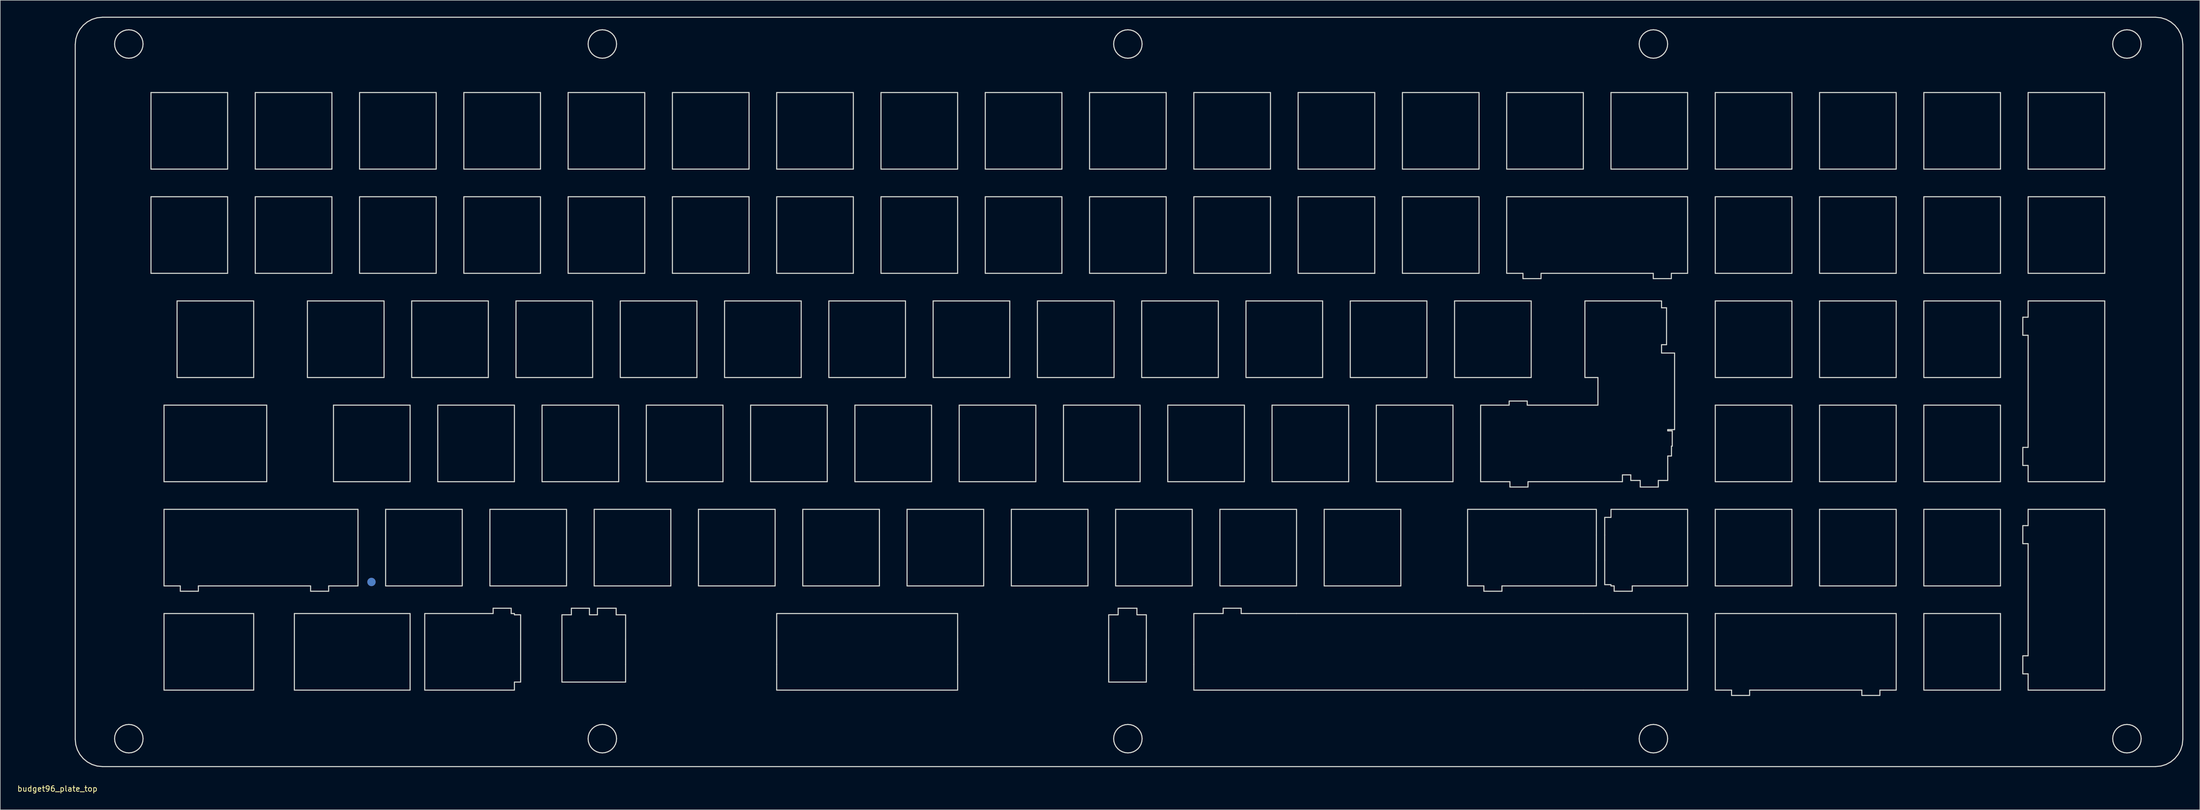
<source format=kicad_pcb>
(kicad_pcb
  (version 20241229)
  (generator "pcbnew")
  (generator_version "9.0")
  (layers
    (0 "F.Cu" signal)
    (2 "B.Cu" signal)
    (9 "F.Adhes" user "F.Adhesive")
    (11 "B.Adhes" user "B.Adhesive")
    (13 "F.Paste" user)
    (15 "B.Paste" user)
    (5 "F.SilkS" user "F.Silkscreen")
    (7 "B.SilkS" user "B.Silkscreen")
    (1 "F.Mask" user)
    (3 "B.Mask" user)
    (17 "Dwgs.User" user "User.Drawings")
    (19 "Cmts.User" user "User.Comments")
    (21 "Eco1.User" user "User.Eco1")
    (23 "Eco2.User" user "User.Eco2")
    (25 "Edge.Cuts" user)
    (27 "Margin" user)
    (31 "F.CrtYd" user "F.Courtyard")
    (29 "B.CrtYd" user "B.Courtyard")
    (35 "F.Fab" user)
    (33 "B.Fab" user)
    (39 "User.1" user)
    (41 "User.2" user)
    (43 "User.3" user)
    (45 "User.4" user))
  (footprint "budget96_plate_top"
    (layer "F.Cu")
    (at 9.435 138.65)
    (property "Reference" "budget96_plate_top" (at -2 2.5 0) (layer "F.SilkS") (effects (font (size 1 1) (thickness 0.15))))
    (attr through_hole)
    (fp_line (start 1.258 -133.55) (end 1.36 -134.556) (stroke (width 0.2) (type solid)) (layer "Edge.Cuts"))
    (fp_line (start 1.258 -6.55) (end 1.258 -133.55) (stroke (width 0.2) (type solid)) (layer "Edge.Cuts"))
    (fp_line (start 1.36 -134.556) (end 1.652 -135.493) (stroke (width 0.2) (type solid)) (layer "Edge.Cuts"))
    (fp_line (start 1.36 -5.545) (end 1.258 -6.55) (stroke (width 0.2) (type solid)) (layer "Edge.Cuts"))
    (fp_line (start 1.652 -135.493) (end 2.114 -136.343) (stroke (width 0.2) (type solid)) (layer "Edge.Cuts"))
    (fp_line (start 1.652 -4.607) (end 1.36 -5.545) (stroke (width 0.2) (type solid)) (layer "Edge.Cuts"))
    (fp_line (start 2.114 -136.343) (end 2.725 -137.083) (stroke (width 0.2) (type solid)) (layer "Edge.Cuts"))
    (fp_line (start 2.114 -3.758) (end 1.652 -4.607) (stroke (width 0.2) (type solid)) (layer "Edge.Cuts"))
    (fp_line (start 2.725 -137.083) (end 3.466 -137.694) (stroke (width 0.2) (type solid)) (layer "Edge.Cuts"))
    (fp_line (start 2.725 -3.018) (end 2.114 -3.758) (stroke (width 0.2) (type solid)) (layer "Edge.Cuts"))
    (fp_line (start 3.466 -137.694) (end 4.315 -138.156) (stroke (width 0.2) (type solid)) (layer "Edge.Cuts"))
    (fp_line (start 3.466 -2.406) (end 2.725 -3.018) (stroke (width 0.2) (type solid)) (layer "Edge.Cuts"))
    (fp_line (start 4.315 -138.156) (end 5.252 -138.448) (stroke (width 0.2) (type solid)) (layer "Edge.Cuts"))
    (fp_line (start 4.315 -1.944) (end 3.466 -2.406) (stroke (width 0.2) (type solid)) (layer "Edge.Cuts"))
    (fp_line (start 5.252 -138.448) (end 6.258 -138.55) (stroke (width 0.2) (type solid)) (layer "Edge.Cuts"))
    (fp_line (start 5.252 -1.652) (end 4.315 -1.944) (stroke (width 0.2) (type solid)) (layer "Edge.Cuts"))
    (fp_line (start 6.258 -138.55) (end 381.258 -138.55) (stroke (width 0.2) (type solid)) (layer "Edge.Cuts"))
    (fp_line (start 6.258 -1.55) (end 5.252 -1.652) (stroke (width 0.2) (type solid)) (layer "Edge.Cuts"))
    (fp_line (start 8.446 -133.656) (end 8.499 -134.18) (stroke (width 0.2) (type solid)) (layer "Edge.Cuts"))
    (fp_line (start 8.446 -6.656) (end 8.499 -7.18) (stroke (width 0.2) (type solid)) (layer "Edge.Cuts"))
    (fp_line (start 8.499 -134.18) (end 8.651 -134.668) (stroke (width 0.2) (type solid)) (layer "Edge.Cuts"))
    (fp_line (start 8.499 -133.132) (end 8.446 -133.656) (stroke (width 0.2) (type solid)) (layer "Edge.Cuts"))
    (fp_line (start 8.499 -7.18) (end 8.651 -7.668) (stroke (width 0.2) (type solid)) (layer "Edge.Cuts"))
    (fp_line (start 8.499 -6.132) (end 8.446 -6.656) (stroke (width 0.2) (type solid)) (layer "Edge.Cuts"))
    (fp_line (start 8.651 -134.668) (end 8.89 -135.11) (stroke (width 0.2) (type solid)) (layer "Edge.Cuts"))
    (fp_line (start 8.651 -132.644) (end 8.499 -133.132) (stroke (width 0.2) (type solid)) (layer "Edge.Cuts"))
    (fp_line (start 8.651 -7.668) (end 8.89 -8.11) (stroke (width 0.2) (type solid)) (layer "Edge.Cuts"))
    (fp_line (start 8.651 -5.644) (end 8.499 -6.132) (stroke (width 0.2) (type solid)) (layer "Edge.Cuts"))
    (fp_line (start 8.89 -135.11) (end 9.208 -135.494) (stroke (width 0.2) (type solid)) (layer "Edge.Cuts"))
    (fp_line (start 8.89 -132.202) (end 8.651 -132.644) (stroke (width 0.2) (type solid)) (layer "Edge.Cuts"))
    (fp_line (start 8.89 -8.11) (end 9.208 -8.495) (stroke (width 0.2) (type solid)) (layer "Edge.Cuts"))
    (fp_line (start 8.89 -5.202) (end 8.651 -5.644) (stroke (width 0.2) (type solid)) (layer "Edge.Cuts"))
    (fp_line (start 9.208 -135.494) (end 9.593 -135.812) (stroke (width 0.2) (type solid)) (layer "Edge.Cuts"))
    (fp_line (start 9.208 -131.817) (end 8.89 -132.202) (stroke (width 0.2) (type solid)) (layer "Edge.Cuts"))
    (fp_line (start 9.208 -8.495) (end 9.593 -8.812) (stroke (width 0.2) (type solid)) (layer "Edge.Cuts"))
    (fp_line (start 9.208 -4.817) (end 8.89 -5.202) (stroke (width 0.2) (type solid)) (layer "Edge.Cuts"))
    (fp_line (start 9.593 -135.812) (end 10.034 -136.052) (stroke (width 0.2) (type solid)) (layer "Edge.Cuts"))
    (fp_line (start 9.593 -131.5) (end 9.208 -131.817) (stroke (width 0.2) (type solid)) (layer "Edge.Cuts"))
    (fp_line (start 9.593 -8.812) (end 10.034 -9.052) (stroke (width 0.2) (type solid)) (layer "Edge.Cuts"))
    (fp_line (start 9.593 -4.5) (end 9.208 -4.817) (stroke (width 0.2) (type solid)) (layer "Edge.Cuts"))
    (fp_line (start 10.034 -136.052) (end 10.522 -136.203) (stroke (width 0.2) (type solid)) (layer "Edge.Cuts"))
    (fp_line (start 10.034 -131.26) (end 9.593 -131.5) (stroke (width 0.2) (type solid)) (layer "Edge.Cuts"))
    (fp_line (start 10.034 -9.052) (end 10.522 -9.203) (stroke (width 0.2) (type solid)) (layer "Edge.Cuts"))
    (fp_line (start 10.034 -4.26) (end 9.593 -4.5) (stroke (width 0.2) (type solid)) (layer "Edge.Cuts"))
    (fp_line (start 10.522 -136.203) (end 11.046 -136.256) (stroke (width 0.2) (type solid)) (layer "Edge.Cuts"))
    (fp_line (start 10.522 -131.109) (end 10.034 -131.26) (stroke (width 0.2) (type solid)) (layer "Edge.Cuts"))
    (fp_line (start 10.522 -9.203) (end 11.046 -9.256) (stroke (width 0.2) (type solid)) (layer "Edge.Cuts"))
    (fp_line (start 10.522 -4.109) (end 10.034 -4.26) (stroke (width 0.2) (type solid)) (layer "Edge.Cuts"))
    (fp_line (start 11.046 -136.256) (end 11.046 -136.256) (stroke (width 0.2) (type solid)) (layer "Edge.Cuts"))
    (fp_line (start 11.046 -136.256) (end 11.57 -136.203) (stroke (width 0.2) (type solid)) (layer "Edge.Cuts"))
    (fp_line (start 11.046 -131.056) (end 10.522 -131.109) (stroke (width 0.2) (type solid)) (layer "Edge.Cuts"))
    (fp_line (start 11.046 -9.256) (end 11.046 -9.256) (stroke (width 0.2) (type solid)) (layer "Edge.Cuts"))
    (fp_line (start 11.046 -9.256) (end 11.57 -9.203) (stroke (width 0.2) (type solid)) (layer "Edge.Cuts"))
    (fp_line (start 11.046 -4.056) (end 10.522 -4.109) (stroke (width 0.2) (type solid)) (layer "Edge.Cuts"))
    (fp_line (start 11.57 -136.203) (end 12.058 -136.052) (stroke (width 0.2) (type solid)) (layer "Edge.Cuts"))
    (fp_line (start 11.57 -131.109) (end 11.046 -131.056) (stroke (width 0.2) (type solid)) (layer "Edge.Cuts"))
    (fp_line (start 11.57 -9.203) (end 12.058 -9.052) (stroke (width 0.2) (type solid)) (layer "Edge.Cuts"))
    (fp_line (start 11.57 -4.109) (end 11.046 -4.056) (stroke (width 0.2) (type solid)) (layer "Edge.Cuts"))
    (fp_line (start 12.058 -136.052) (end 12.5 -135.812) (stroke (width 0.2) (type solid)) (layer "Edge.Cuts"))
    (fp_line (start 12.058 -131.26) (end 11.57 -131.109) (stroke (width 0.2) (type solid)) (layer "Edge.Cuts"))
    (fp_line (start 12.058 -9.052) (end 12.5 -8.812) (stroke (width 0.2) (type solid)) (layer "Edge.Cuts"))
    (fp_line (start 12.058 -4.26) (end 11.57 -4.109) (stroke (width 0.2) (type solid)) (layer "Edge.Cuts"))
    (fp_line (start 12.5 -135.812) (end 12.885 -135.494) (stroke (width 0.2) (type solid)) (layer "Edge.Cuts"))
    (fp_line (start 12.5 -131.5) (end 12.058 -131.26) (stroke (width 0.2) (type solid)) (layer "Edge.Cuts"))
    (fp_line (start 12.5 -8.812) (end 12.885 -8.495) (stroke (width 0.2) (type solid)) (layer "Edge.Cuts"))
    (fp_line (start 12.5 -4.5) (end 12.058 -4.26) (stroke (width 0.2) (type solid)) (layer "Edge.Cuts"))
    (fp_line (start 12.885 -135.494) (end 13.202 -135.11) (stroke (width 0.2) (type solid)) (layer "Edge.Cuts"))
    (fp_line (start 12.885 -131.817) (end 12.5 -131.5) (stroke (width 0.2) (type solid)) (layer "Edge.Cuts"))
    (fp_line (start 12.885 -8.495) (end 13.202 -8.11) (stroke (width 0.2) (type solid)) (layer "Edge.Cuts"))
    (fp_line (start 12.885 -4.817) (end 12.5 -4.5) (stroke (width 0.2) (type solid)) (layer "Edge.Cuts"))
    (fp_line (start 13.202 -135.11) (end 13.442 -134.668) (stroke (width 0.2) (type solid)) (layer "Edge.Cuts"))
    (fp_line (start 13.202 -132.202) (end 12.885 -131.817) (stroke (width 0.2) (type solid)) (layer "Edge.Cuts"))
    (fp_line (start 13.202 -8.11) (end 13.442 -7.668) (stroke (width 0.2) (type solid)) (layer "Edge.Cuts"))
    (fp_line (start 13.202 -5.202) (end 12.885 -4.817) (stroke (width 0.2) (type solid)) (layer "Edge.Cuts"))
    (fp_line (start 13.442 -134.668) (end 13.594 -134.18) (stroke (width 0.2) (type solid)) (layer "Edge.Cuts"))
    (fp_line (start 13.442 -132.644) (end 13.202 -132.202) (stroke (width 0.2) (type solid)) (layer "Edge.Cuts"))
    (fp_line (start 13.442 -7.668) (end 13.594 -7.18) (stroke (width 0.2) (type solid)) (layer "Edge.Cuts"))
    (fp_line (start 13.442 -5.644) (end 13.202 -5.202) (stroke (width 0.2) (type solid)) (layer "Edge.Cuts"))
    (fp_line (start 13.594 -134.18) (end 13.646 -133.656) (stroke (width 0.2) (type solid)) (layer "Edge.Cuts"))
    (fp_line (start 13.594 -133.132) (end 13.442 -132.644) (stroke (width 0.2) (type solid)) (layer "Edge.Cuts"))
    (fp_line (start 13.594 -7.18) (end 13.646 -6.656) (stroke (width 0.2) (type solid)) (layer "Edge.Cuts"))
    (fp_line (start 13.594 -6.132) (end 13.442 -5.644) (stroke (width 0.2) (type solid)) (layer "Edge.Cuts"))
    (fp_line (start 13.646 -133.656) (end 13.594 -133.132) (stroke (width 0.2) (type solid)) (layer "Edge.Cuts"))
    (fp_line (start 13.646 -6.656) (end 13.594 -6.132) (stroke (width 0.2) (type solid)) (layer "Edge.Cuts"))
    (fp_line (start 15.096 -124.782) (end 15.096 -124.782) (stroke (width 0.2) (type solid)) (layer "Edge.Cuts"))
    (fp_line (start 15.096 -124.782) (end 15.096 -110.782) (stroke (width 0.2) (type solid)) (layer "Edge.Cuts"))
    (fp_line (start 15.096 -110.782) (end 29.096 -110.782) (stroke (width 0.2) (type solid)) (layer "Edge.Cuts"))
    (fp_line (start 15.096 -105.732) (end 15.096 -105.732) (stroke (width 0.2) (type solid)) (layer "Edge.Cuts"))
    (fp_line (start 15.096 -105.732) (end 15.096 -91.732) (stroke (width 0.2) (type solid)) (layer "Edge.Cuts"))
    (fp_line (start 15.096 -91.732) (end 29.096 -91.732) (stroke (width 0.2) (type solid)) (layer "Edge.Cuts"))
    (fp_line (start 17.477 -67.632) (end 17.477 -67.632) (stroke (width 0.2) (type solid)) (layer "Edge.Cuts"))
    (fp_line (start 17.477 -67.632) (end 17.477 -53.632) (stroke (width 0.2) (type solid)) (layer "Edge.Cuts"))
    (fp_line (start 17.477 -53.632) (end 36.239 -53.632) (stroke (width 0.2) (type solid)) (layer "Edge.Cuts"))
    (fp_line (start 17.477 -48.582) (end 17.477 -48.582) (stroke (width 0.2) (type solid)) (layer "Edge.Cuts"))
    (fp_line (start 17.477 -48.582) (end 17.477 -34.582) (stroke (width 0.2) (type solid)) (layer "Edge.Cuts"))
    (fp_line (start 17.477 -34.582) (end 20.452 -34.582) (stroke (width 0.2) (type solid)) (layer "Edge.Cuts"))
    (fp_line (start 17.477 -29.533) (end 17.477 -29.533) (stroke (width 0.2) (type solid)) (layer "Edge.Cuts"))
    (fp_line (start 17.477 -29.533) (end 17.477 -15.533) (stroke (width 0.2) (type solid)) (layer "Edge.Cuts"))
    (fp_line (start 17.477 -15.533) (end 33.858 -15.533) (stroke (width 0.2) (type solid)) (layer "Edge.Cuts"))
    (fp_line (start 19.858 -86.682) (end 19.858 -86.682) (stroke (width 0.2) (type solid)) (layer "Edge.Cuts"))
    (fp_line (start 19.858 -86.682) (end 19.858 -72.682) (stroke (width 0.2) (type solid)) (layer "Edge.Cuts"))
    (fp_line (start 19.858 -72.682) (end 33.858 -72.682) (stroke (width 0.2) (type solid)) (layer "Edge.Cuts"))
    (fp_line (start 20.452 -34.582) (end 20.452 -33.612) (stroke (width 0.2) (type solid)) (layer "Edge.Cuts"))
    (fp_line (start 20.452 -33.612) (end 23.752 -33.612) (stroke (width 0.2) (type solid)) (layer "Edge.Cuts"))
    (fp_line (start 23.752 -34.582) (end 44.252 -34.582) (stroke (width 0.2) (type solid)) (layer "Edge.Cuts"))
    (fp_line (start 23.752 -33.612) (end 23.752 -34.582) (stroke (width 0.2) (type solid)) (layer "Edge.Cuts"))
    (fp_line (start 29.096 -124.782) (end 15.096 -124.782) (stroke (width 0.2) (type solid)) (layer "Edge.Cuts"))
    (fp_line (start 29.096 -110.782) (end 29.096 -124.782) (stroke (width 0.2) (type solid)) (layer "Edge.Cuts"))
    (fp_line (start 29.096 -105.732) (end 15.096 -105.732) (stroke (width 0.2) (type solid)) (layer "Edge.Cuts"))
    (fp_line (start 29.096 -91.732) (end 29.096 -105.732) (stroke (width 0.2) (type solid)) (layer "Edge.Cuts"))
    (fp_line (start 33.858 -86.682) (end 19.858 -86.682) (stroke (width 0.2) (type solid)) (layer "Edge.Cuts"))
    (fp_line (start 33.858 -72.682) (end 33.858 -86.682) (stroke (width 0.2) (type solid)) (layer "Edge.Cuts"))
    (fp_line (start 33.858 -29.533) (end 17.477 -29.533) (stroke (width 0.2) (type solid)) (layer "Edge.Cuts"))
    (fp_line (start 33.858 -15.533) (end 33.858 -29.533) (stroke (width 0.2) (type solid)) (layer "Edge.Cuts"))
    (fp_line (start 34.146 -124.782) (end 34.146 -124.782) (stroke (width 0.2) (type solid)) (layer "Edge.Cuts"))
    (fp_line (start 34.146 -124.782) (end 34.146 -110.782) (stroke (width 0.2) (type solid)) (layer "Edge.Cuts"))
    (fp_line (start 34.146 -110.782) (end 48.146 -110.782) (stroke (width 0.2) (type solid)) (layer "Edge.Cuts"))
    (fp_line (start 34.146 -105.732) (end 34.146 -105.732) (stroke (width 0.2) (type solid)) (layer "Edge.Cuts"))
    (fp_line (start 34.146 -105.732) (end 34.146 -91.732) (stroke (width 0.2) (type solid)) (layer "Edge.Cuts"))
    (fp_line (start 34.146 -91.732) (end 48.146 -91.732) (stroke (width 0.2) (type solid)) (layer "Edge.Cuts"))
    (fp_line (start 36.239 -67.632) (end 17.477 -67.632) (stroke (width 0.2) (type solid)) (layer "Edge.Cuts"))
    (fp_line (start 36.239 -53.632) (end 36.239 -67.632) (stroke (width 0.2) (type solid)) (layer "Edge.Cuts"))
    (fp_line (start 41.289 -29.533) (end 41.289 -29.533) (stroke (width 0.2) (type solid)) (layer "Edge.Cuts"))
    (fp_line (start 41.289 -29.533) (end 41.289 -15.533) (stroke (width 0.2) (type solid)) (layer "Edge.Cuts"))
    (fp_line (start 41.289 -15.533) (end 62.433 -15.533) (stroke (width 0.2) (type solid)) (layer "Edge.Cuts"))
    (fp_line (start 43.671 -86.682) (end 43.671 -86.682) (stroke (width 0.2) (type solid)) (layer "Edge.Cuts"))
    (fp_line (start 43.671 -86.682) (end 43.671 -72.682) (stroke (width 0.2) (type solid)) (layer "Edge.Cuts"))
    (fp_line (start 43.671 -72.682) (end 57.671 -72.682) (stroke (width 0.2) (type solid)) (layer "Edge.Cuts"))
    (fp_line (start 44.252 -34.582) (end 44.252 -33.612) (stroke (width 0.2) (type solid)) (layer "Edge.Cuts"))
    (fp_line (start 44.252 -33.612) (end 47.552 -33.612) (stroke (width 0.2) (type solid)) (layer "Edge.Cuts"))
    (fp_line (start 47.552 -34.582) (end 52.908 -34.582) (stroke (width 0.2) (type solid)) (layer "Edge.Cuts"))
    (fp_line (start 47.552 -33.612) (end 47.552 -34.582) (stroke (width 0.2) (type solid)) (layer "Edge.Cuts"))
    (fp_line (start 48.146 -124.782) (end 34.146 -124.782) (stroke (width 0.2) (type solid)) (layer "Edge.Cuts"))
    (fp_line (start 48.146 -110.782) (end 48.146 -124.782) (stroke (width 0.2) (type solid)) (layer "Edge.Cuts"))
    (fp_line (start 48.146 -105.732) (end 34.146 -105.732) (stroke (width 0.2) (type solid)) (layer "Edge.Cuts"))
    (fp_line (start 48.146 -91.732) (end 48.146 -105.732) (stroke (width 0.2) (type solid)) (layer "Edge.Cuts"))
    (fp_line (start 48.433 -67.632) (end 48.433 -67.632) (stroke (width 0.2) (type solid)) (layer "Edge.Cuts"))
    (fp_line (start 48.433 -67.632) (end 48.433 -53.632) (stroke (width 0.2) (type solid)) (layer "Edge.Cuts"))
    (fp_line (start 48.433 -53.632) (end 62.433 -53.632) (stroke (width 0.2) (type solid)) (layer "Edge.Cuts"))
    (fp_line (start 52.908 -48.582) (end 17.477 -48.582) (stroke (width 0.2) (type solid)) (layer "Edge.Cuts"))
    (fp_line (start 52.908 -34.582) (end 52.908 -48.582) (stroke (width 0.2) (type solid)) (layer "Edge.Cuts"))
    (fp_line (start 53.196 -124.782) (end 53.196 -124.782) (stroke (width 0.2) (type solid)) (layer "Edge.Cuts"))
    (fp_line (start 53.196 -124.782) (end 53.196 -110.782) (stroke (width 0.2) (type solid)) (layer "Edge.Cuts"))
    (fp_line (start 53.196 -110.782) (end 67.196 -110.782) (stroke (width 0.2) (type solid)) (layer "Edge.Cuts"))
    (fp_line (start 53.196 -105.732) (end 53.196 -105.732) (stroke (width 0.2) (type solid)) (layer "Edge.Cuts"))
    (fp_line (start 53.196 -105.732) (end 53.196 -91.732) (stroke (width 0.2) (type solid)) (layer "Edge.Cuts"))
    (fp_line (start 53.196 -91.732) (end 67.196 -91.732) (stroke (width 0.2) (type solid)) (layer "Edge.Cuts"))
    (fp_line (start 57.671 -86.682) (end 43.671 -86.682) (stroke (width 0.2) (type solid)) (layer "Edge.Cuts"))
    (fp_line (start 57.671 -72.682) (end 57.671 -86.682) (stroke (width 0.2) (type solid)) (layer "Edge.Cuts"))
    (fp_line (start 57.958 -48.582) (end 57.958 -48.582) (stroke (width 0.2) (type solid)) (layer "Edge.Cuts"))
    (fp_line (start 57.958 -48.582) (end 57.958 -34.582) (stroke (width 0.2) (type solid)) (layer "Edge.Cuts"))
    (fp_line (start 57.958 -34.582) (end 71.958 -34.582) (stroke (width 0.2) (type solid)) (layer "Edge.Cuts"))
    (fp_line (start 62.433 -67.632) (end 48.433 -67.632) (stroke (width 0.2) (type solid)) (layer "Edge.Cuts"))
    (fp_line (start 62.433 -53.632) (end 62.433 -67.632) (stroke (width 0.2) (type solid)) (layer "Edge.Cuts"))
    (fp_line (start 62.433 -29.533) (end 41.289 -29.533) (stroke (width 0.2) (type solid)) (layer "Edge.Cuts"))
    (fp_line (start 62.433 -15.533) (end 62.433 -29.533) (stroke (width 0.2) (type solid)) (layer "Edge.Cuts"))
    (fp_line (start 62.721 -86.682) (end 62.721 -86.682) (stroke (width 0.2) (type solid)) (layer "Edge.Cuts"))
    (fp_line (start 62.721 -86.682) (end 62.721 -72.682) (stroke (width 0.2) (type solid)) (layer "Edge.Cuts"))
    (fp_line (start 62.721 -72.682) (end 76.721 -72.682) (stroke (width 0.2) (type solid)) (layer "Edge.Cuts"))
    (fp_line (start 65.102 -29.533) (end 65.102 -15.533) (stroke (width 0.2) (type solid)) (layer "Edge.Cuts"))
    (fp_line (start 65.102 -15.533) (end 81.483 -15.533) (stroke (width 0.2) (type solid)) (layer "Edge.Cuts"))
    (fp_line (start 67.196 -124.782) (end 53.196 -124.782) (stroke (width 0.2) (type solid)) (layer "Edge.Cuts"))
    (fp_line (start 67.196 -110.782) (end 67.196 -124.782) (stroke (width 0.2) (type solid)) (layer "Edge.Cuts"))
    (fp_line (start 67.196 -105.732) (end 53.196 -105.732) (stroke (width 0.2) (type solid)) (layer "Edge.Cuts"))
    (fp_line (start 67.196 -91.732) (end 67.196 -105.732) (stroke (width 0.2) (type solid)) (layer "Edge.Cuts"))
    (fp_line (start 67.483 -67.632) (end 67.483 -67.632) (stroke (width 0.2) (type solid)) (layer "Edge.Cuts"))
    (fp_line (start 67.483 -67.632) (end 67.483 -53.632) (stroke (width 0.2) (type solid)) (layer "Edge.Cuts"))
    (fp_line (start 67.483 -53.632) (end 81.483 -53.632) (stroke (width 0.2) (type solid)) (layer "Edge.Cuts"))
    (fp_line (start 71.958 -48.582) (end 57.958 -48.582) (stroke (width 0.2) (type solid)) (layer "Edge.Cuts"))
    (fp_line (start 71.958 -34.582) (end 71.958 -48.582) (stroke (width 0.2) (type solid)) (layer "Edge.Cuts"))
    (fp_line (start 72.246 -124.782) (end 72.246 -124.782) (stroke (width 0.2) (type solid)) (layer "Edge.Cuts"))
    (fp_line (start 72.246 -124.782) (end 72.246 -110.782) (stroke (width 0.2) (type solid)) (layer "Edge.Cuts"))
    (fp_line (start 72.246 -110.782) (end 86.246 -110.782) (stroke (width 0.2) (type solid)) (layer "Edge.Cuts"))
    (fp_line (start 72.246 -105.732) (end 72.246 -105.732) (stroke (width 0.2) (type solid)) (layer "Edge.Cuts"))
    (fp_line (start 72.246 -105.732) (end 72.246 -91.732) (stroke (width 0.2) (type solid)) (layer "Edge.Cuts"))
    (fp_line (start 72.246 -91.732) (end 86.246 -91.732) (stroke (width 0.2) (type solid)) (layer "Edge.Cuts"))
    (fp_line (start 76.721 -86.682) (end 62.721 -86.682) (stroke (width 0.2) (type solid)) (layer "Edge.Cuts"))
    (fp_line (start 76.721 -72.682) (end 76.721 -86.682) (stroke (width 0.2) (type solid)) (layer "Edge.Cuts"))
    (fp_line (start 77.008 -48.582) (end 77.008 -48.582) (stroke (width 0.2) (type solid)) (layer "Edge.Cuts"))
    (fp_line (start 77.008 -48.582) (end 77.008 -34.582) (stroke (width 0.2) (type solid)) (layer "Edge.Cuts"))
    (fp_line (start 77.008 -34.582) (end 91.008 -34.582) (stroke (width 0.2) (type solid)) (layer "Edge.Cuts"))
    (fp_line (start 77.595 -30.503) (end 77.595 -29.533) (stroke (width 0.2) (type solid)) (layer "Edge.Cuts"))
    (fp_line (start 77.595 -29.533) (end 65.102 -29.533) (stroke (width 0.2) (type solid)) (layer "Edge.Cuts"))
    (fp_line (start 80.895 -30.503) (end 77.595 -30.503) (stroke (width 0.2) (type solid)) (layer "Edge.Cuts"))
    (fp_line (start 80.895 -29.533) (end 80.895 -30.503) (stroke (width 0.2) (type solid)) (layer "Edge.Cuts"))
    (fp_line (start 81.483 -67.632) (end 67.483 -67.632) (stroke (width 0.2) (type solid)) (layer "Edge.Cuts"))
    (fp_line (start 81.483 -53.632) (end 81.483 -67.632) (stroke (width 0.2) (type solid)) (layer "Edge.Cuts"))
    (fp_line (start 81.483 -29.533) (end 80.895 -29.533) (stroke (width 0.2) (type solid)) (layer "Edge.Cuts"))
    (fp_line (start 81.483 -29.303) (end 81.483 -29.533) (stroke (width 0.2) (type solid)) (layer "Edge.Cuts"))
    (fp_line (start 81.483 -17.003) (end 82.62 -17.003) (stroke (width 0.2) (type solid)) (layer "Edge.Cuts"))
    (fp_line (start 81.483 -15.533) (end 81.483 -17.003) (stroke (width 0.2) (type solid)) (layer "Edge.Cuts"))
    (fp_line (start 81.771 -86.682) (end 81.771 -86.682) (stroke (width 0.2) (type solid)) (layer "Edge.Cuts"))
    (fp_line (start 81.771 -86.682) (end 81.771 -72.682) (stroke (width 0.2) (type solid)) (layer "Edge.Cuts"))
    (fp_line (start 81.771 -72.682) (end 95.771 -72.682) (stroke (width 0.2) (type solid)) (layer "Edge.Cuts"))
    (fp_line (start 82.62 -29.303) (end 81.483 -29.303) (stroke (width 0.2) (type solid)) (layer "Edge.Cuts"))
    (fp_line (start 82.62 -24.833) (end 82.62 -29.303) (stroke (width 0.2) (type solid)) (layer "Edge.Cuts"))
    (fp_line (start 82.62 -24.833) (end 82.62 -24.833) (stroke (width 0.2) (type solid)) (layer "Edge.Cuts"))
    (fp_line (start 82.62 -20.234) (end 82.62 -24.833) (stroke (width 0.2) (type solid)) (layer "Edge.Cuts"))
    (fp_line (start 82.62 -17.003) (end 82.62 -20.234) (stroke (width 0.2) (type solid)) (layer "Edge.Cuts"))
    (fp_line (start 86.246 -124.782) (end 72.246 -124.782) (stroke (width 0.2) (type solid)) (layer "Edge.Cuts"))
    (fp_line (start 86.246 -110.782) (end 86.246 -124.782) (stroke (width 0.2) (type solid)) (layer "Edge.Cuts"))
    (fp_line (start 86.246 -105.732) (end 72.246 -105.732) (stroke (width 0.2) (type solid)) (layer "Edge.Cuts"))
    (fp_line (start 86.246 -91.732) (end 86.246 -105.732) (stroke (width 0.2) (type solid)) (layer "Edge.Cuts"))
    (fp_line (start 86.533 -67.632) (end 86.533 -67.632) (stroke (width 0.2) (type solid)) (layer "Edge.Cuts"))
    (fp_line (start 86.533 -67.632) (end 86.533 -53.632) (stroke (width 0.2) (type solid)) (layer "Edge.Cuts"))
    (fp_line (start 86.533 -53.632) (end 100.533 -53.632) (stroke (width 0.2) (type solid)) (layer "Edge.Cuts"))
    (fp_line (start 90.164 -29.303) (end 91.889 -29.303) (stroke (width 0.2) (type solid)) (layer "Edge.Cuts"))
    (fp_line (start 90.164 -24.833) (end 90.164 -29.303) (stroke (width 0.2) (type solid)) (layer "Edge.Cuts"))
    (fp_line (start 90.164 -20.234) (end 90.164 -24.833) (stroke (width 0.2) (type solid)) (layer "Edge.Cuts"))
    (fp_line (start 90.164 -17.003) (end 90.164 -20.234) (stroke (width 0.2) (type solid)) (layer "Edge.Cuts"))
    (fp_line (start 91.008 -48.582) (end 77.008 -48.582) (stroke (width 0.2) (type solid)) (layer "Edge.Cuts"))
    (fp_line (start 91.008 -34.582) (end 91.008 -48.582) (stroke (width 0.2) (type solid)) (layer "Edge.Cuts"))
    (fp_line (start 91.296 -124.782) (end 91.296 -124.782) (stroke (width 0.2) (type solid)) (layer "Edge.Cuts"))
    (fp_line (start 91.296 -124.782) (end 91.296 -110.782) (stroke (width 0.2) (type solid)) (layer "Edge.Cuts"))
    (fp_line (start 91.296 -110.782) (end 105.296 -110.782) (stroke (width 0.2) (type solid)) (layer "Edge.Cuts"))
    (fp_line (start 91.296 -105.732) (end 91.296 -105.732) (stroke (width 0.2) (type solid)) (layer "Edge.Cuts"))
    (fp_line (start 91.296 -105.732) (end 91.296 -91.732) (stroke (width 0.2) (type solid)) (layer "Edge.Cuts"))
    (fp_line (start 91.296 -91.732) (end 105.296 -91.732) (stroke (width 0.2) (type solid)) (layer "Edge.Cuts"))
    (fp_line (start 91.889 -30.503) (end 95.189 -30.503) (stroke (width 0.2) (type solid)) (layer "Edge.Cuts"))
    (fp_line (start 91.889 -29.303) (end 91.889 -30.503) (stroke (width 0.2) (type solid)) (layer "Edge.Cuts"))
    (fp_line (start 94.946 -133.656) (end 94.999 -134.18) (stroke (width 0.2) (type solid)) (layer "Edge.Cuts"))
    (fp_line (start 94.946 -6.656) (end 94.999 -7.18) (stroke (width 0.2) (type solid)) (layer "Edge.Cuts"))
    (fp_line (start 94.999 -134.18) (end 95.151 -134.668) (stroke (width 0.2) (type solid)) (layer "Edge.Cuts"))
    (fp_line (start 94.999 -133.132) (end 94.946 -133.656) (stroke (width 0.2) (type solid)) (layer "Edge.Cuts"))
    (fp_line (start 94.999 -7.18) (end 95.151 -7.668) (stroke (width 0.2) (type solid)) (layer "Edge.Cuts"))
    (fp_line (start 94.999 -6.132) (end 94.946 -6.656) (stroke (width 0.2) (type solid)) (layer "Edge.Cuts"))
    (fp_line (start 95.151 -134.668) (end 95.39 -135.11) (stroke (width 0.2) (type solid)) (layer "Edge.Cuts"))
    (fp_line (start 95.151 -132.644) (end 94.999 -133.132) (stroke (width 0.2) (type solid)) (layer "Edge.Cuts"))
    (fp_line (start 95.151 -7.668) (end 95.39 -8.11) (stroke (width 0.2) (type solid)) (layer "Edge.Cuts"))
    (fp_line (start 95.151 -5.644) (end 94.999 -6.132) (stroke (width 0.2) (type solid)) (layer "Edge.Cuts"))
    (fp_line (start 95.189 -30.503) (end 95.189 -29.303) (stroke (width 0.2) (type solid)) (layer "Edge.Cuts"))
    (fp_line (start 95.189 -29.303) (end 96.646 -29.303) (stroke (width 0.2) (type solid)) (layer "Edge.Cuts"))
    (fp_line (start 95.39 -135.11) (end 95.708 -135.494) (stroke (width 0.2) (type solid)) (layer "Edge.Cuts"))
    (fp_line (start 95.39 -132.202) (end 95.151 -132.644) (stroke (width 0.2) (type solid)) (layer "Edge.Cuts"))
    (fp_line (start 95.39 -8.11) (end 95.708 -8.495) (stroke (width 0.2) (type solid)) (layer "Edge.Cuts"))
    (fp_line (start 95.39 -5.202) (end 95.151 -5.644) (stroke (width 0.2) (type solid)) (layer "Edge.Cuts"))
    (fp_line (start 95.708 -135.494) (end 96.093 -135.812) (stroke (width 0.2) (type solid)) (layer "Edge.Cuts"))
    (fp_line (start 95.708 -131.817) (end 95.39 -132.202) (stroke (width 0.2) (type solid)) (layer "Edge.Cuts"))
    (fp_line (start 95.708 -8.495) (end 96.093 -8.812) (stroke (width 0.2) (type solid)) (layer "Edge.Cuts"))
    (fp_line (start 95.708 -4.817) (end 95.39 -5.202) (stroke (width 0.2) (type solid)) (layer "Edge.Cuts"))
    (fp_line (start 95.771 -86.682) (end 81.771 -86.682) (stroke (width 0.2) (type solid)) (layer "Edge.Cuts"))
    (fp_line (start 95.771 -72.682) (end 95.771 -86.682) (stroke (width 0.2) (type solid)) (layer "Edge.Cuts"))
    (fp_line (start 96.058 -48.582) (end 96.058 -48.582) (stroke (width 0.2) (type solid)) (layer "Edge.Cuts"))
    (fp_line (start 96.058 -48.582) (end 96.058 -34.582) (stroke (width 0.2) (type solid)) (layer "Edge.Cuts"))
    (fp_line (start 96.058 -34.582) (end 110.058 -34.582) (stroke (width 0.2) (type solid)) (layer "Edge.Cuts"))
    (fp_line (start 96.093 -135.812) (end 96.534 -136.052) (stroke (width 0.2) (type solid)) (layer "Edge.Cuts"))
    (fp_line (start 96.093 -131.5) (end 95.708 -131.817) (stroke (width 0.2) (type solid)) (layer "Edge.Cuts"))
    (fp_line (start 96.093 -8.812) (end 96.534 -9.052) (stroke (width 0.2) (type solid)) (layer "Edge.Cuts"))
    (fp_line (start 96.093 -4.5) (end 95.708 -4.817) (stroke (width 0.2) (type solid)) (layer "Edge.Cuts"))
    (fp_line (start 96.534 -136.052) (end 97.022 -136.203) (stroke (width 0.2) (type solid)) (layer "Edge.Cuts"))
    (fp_line (start 96.534 -131.26) (end 96.093 -131.5) (stroke (width 0.2) (type solid)) (layer "Edge.Cuts"))
    (fp_line (start 96.534 -9.052) (end 97.022 -9.203) (stroke (width 0.2) (type solid)) (layer "Edge.Cuts"))
    (fp_line (start 96.534 -4.26) (end 96.093 -4.5) (stroke (width 0.2) (type solid)) (layer "Edge.Cuts"))
    (fp_line (start 96.646 -30.503) (end 100.071 -30.503) (stroke (width 0.2) (type solid)) (layer "Edge.Cuts"))
    (fp_line (start 96.646 -29.303) (end 96.646 -30.503) (stroke (width 0.2) (type solid)) (layer "Edge.Cuts"))
    (fp_line (start 97.022 -136.203) (end 97.546 -136.256) (stroke (width 0.2) (type solid)) (layer "Edge.Cuts"))
    (fp_line (start 97.022 -131.109) (end 96.534 -131.26) (stroke (width 0.2) (type solid)) (layer "Edge.Cuts"))
    (fp_line (start 97.022 -9.203) (end 97.546 -9.256) (stroke (width 0.2) (type solid)) (layer "Edge.Cuts"))
    (fp_line (start 97.022 -4.109) (end 96.534 -4.26) (stroke (width 0.2) (type solid)) (layer "Edge.Cuts"))
    (fp_line (start 97.546 -136.256) (end 97.546 -136.256) (stroke (width 0.2) (type solid)) (layer "Edge.Cuts"))
    (fp_line (start 97.546 -136.256) (end 98.07 -136.203) (stroke (width 0.2) (type solid)) (layer "Edge.Cuts"))
    (fp_line (start 97.546 -131.056) (end 97.022 -131.109) (stroke (width 0.2) (type solid)) (layer "Edge.Cuts"))
    (fp_line (start 97.546 -9.256) (end 97.546 -9.256) (stroke (width 0.2) (type solid)) (layer "Edge.Cuts"))
    (fp_line (start 97.546 -9.256) (end 98.07 -9.203) (stroke (width 0.2) (type solid)) (layer "Edge.Cuts"))
    (fp_line (start 97.546 -4.056) (end 97.022 -4.109) (stroke (width 0.2) (type solid)) (layer "Edge.Cuts"))
    (fp_line (start 98.07 -136.203) (end 98.558 -136.052) (stroke (width 0.2) (type solid)) (layer "Edge.Cuts"))
    (fp_line (start 98.07 -131.109) (end 97.546 -131.056) (stroke (width 0.2) (type solid)) (layer "Edge.Cuts"))
    (fp_line (start 98.07 -9.203) (end 98.558 -9.052) (stroke (width 0.2) (type solid)) (layer "Edge.Cuts"))
    (fp_line (start 98.07 -4.109) (end 97.546 -4.056) (stroke (width 0.2) (type solid)) (layer "Edge.Cuts"))
    (fp_line (start 98.558 -136.052) (end 99 -135.812) (stroke (width 0.2) (type solid)) (layer "Edge.Cuts"))
    (fp_line (start 98.558 -131.26) (end 98.07 -131.109) (stroke (width 0.2) (type solid)) (layer "Edge.Cuts"))
    (fp_line (start 98.558 -9.052) (end 99 -8.812) (stroke (width 0.2) (type solid)) (layer "Edge.Cuts"))
    (fp_line (start 98.558 -4.26) (end 98.07 -4.109) (stroke (width 0.2) (type solid)) (layer "Edge.Cuts"))
    (fp_line (start 99 -135.812) (end 99.385 -135.494) (stroke (width 0.2) (type solid)) (layer "Edge.Cuts"))
    (fp_line (start 99 -131.5) (end 98.558 -131.26) (stroke (width 0.2) (type solid)) (layer "Edge.Cuts"))
    (fp_line (start 99 -8.812) (end 99.385 -8.495) (stroke (width 0.2) (type solid)) (layer "Edge.Cuts"))
    (fp_line (start 99 -4.5) (end 98.558 -4.26) (stroke (width 0.2) (type solid)) (layer "Edge.Cuts"))
    (fp_line (start 99.385 -135.494) (end 99.702 -135.11) (stroke (width 0.2) (type solid)) (layer "Edge.Cuts"))
    (fp_line (start 99.385 -131.817) (end 99 -131.5) (stroke (width 0.2) (type solid)) (layer "Edge.Cuts"))
    (fp_line (start 99.385 -8.495) (end 99.702 -8.11) (stroke (width 0.2) (type solid)) (layer "Edge.Cuts"))
    (fp_line (start 99.385 -4.817) (end 99 -4.5) (stroke (width 0.2) (type solid)) (layer "Edge.Cuts"))
    (fp_line (start 99.702 -135.11) (end 99.942 -134.668) (stroke (width 0.2) (type solid)) (layer "Edge.Cuts"))
    (fp_line (start 99.702 -132.202) (end 99.385 -131.817) (stroke (width 0.2) (type solid)) (layer "Edge.Cuts"))
    (fp_line (start 99.702 -8.11) (end 99.942 -7.668) (stroke (width 0.2) (type solid)) (layer "Edge.Cuts"))
    (fp_line (start 99.702 -5.202) (end 99.385 -4.817) (stroke (width 0.2) (type solid)) (layer "Edge.Cuts"))
    (fp_line (start 99.942 -134.668) (end 100.094 -134.18) (stroke (width 0.2) (type solid)) (layer "Edge.Cuts"))
    (fp_line (start 99.942 -132.644) (end 99.702 -132.202) (stroke (width 0.2) (type solid)) (layer "Edge.Cuts"))
    (fp_line (start 99.942 -7.668) (end 100.094 -7.18) (stroke (width 0.2) (type solid)) (layer "Edge.Cuts"))
    (fp_line (start 99.942 -5.644) (end 99.702 -5.202) (stroke (width 0.2) (type solid)) (layer "Edge.Cuts"))
    (fp_line (start 100.071 -30.503) (end 100.071 -29.303) (stroke (width 0.2) (type solid)) (layer "Edge.Cuts"))
    (fp_line (start 100.071 -29.303) (end 101.796 -29.303) (stroke (width 0.2) (type solid)) (layer "Edge.Cuts"))
    (fp_line (start 100.094 -134.18) (end 100.146 -133.656) (stroke (width 0.2) (type solid)) (layer "Edge.Cuts"))
    (fp_line (start 100.094 -133.132) (end 99.942 -132.644) (stroke (width 0.2) (type solid)) (layer "Edge.Cuts"))
    (fp_line (start 100.094 -7.18) (end 100.146 -6.656) (stroke (width 0.2) (type solid)) (layer "Edge.Cuts"))
    (fp_line (start 100.094 -6.132) (end 99.942 -5.644) (stroke (width 0.2) (type solid)) (layer "Edge.Cuts"))
    (fp_line (start 100.146 -133.656) (end 100.094 -133.132) (stroke (width 0.2) (type solid)) (layer "Edge.Cuts"))
    (fp_line (start 100.146 -6.656) (end 100.094 -6.132) (stroke (width 0.2) (type solid)) (layer "Edge.Cuts"))
    (fp_line (start 100.533 -67.632) (end 86.533 -67.632) (stroke (width 0.2) (type solid)) (layer "Edge.Cuts"))
    (fp_line (start 100.533 -53.632) (end 100.533 -67.632) (stroke (width 0.2) (type solid)) (layer "Edge.Cuts"))
    (fp_line (start 100.821 -86.682) (end 100.821 -86.682) (stroke (width 0.2) (type solid)) (layer "Edge.Cuts"))
    (fp_line (start 100.821 -86.682) (end 100.821 -72.682) (stroke (width 0.2) (type solid)) (layer "Edge.Cuts"))
    (fp_line (start 100.821 -72.682) (end 114.821 -72.682) (stroke (width 0.2) (type solid)) (layer "Edge.Cuts"))
    (fp_line (start 101.796 -29.303) (end 101.796 -24.833) (stroke (width 0.2) (type solid)) (layer "Edge.Cuts"))
    (fp_line (start 101.796 -24.833) (end 101.796 -24.833) (stroke (width 0.2) (type solid)) (layer "Edge.Cuts"))
    (fp_line (start 101.796 -24.833) (end 101.796 -20.234) (stroke (width 0.2) (type solid)) (layer "Edge.Cuts"))
    (fp_line (start 101.796 -20.234) (end 101.796 -17.003) (stroke (width 0.2) (type solid)) (layer "Edge.Cuts"))
    (fp_line (start 101.796 -17.003) (end 90.164 -17.003) (stroke (width 0.2) (type solid)) (layer "Edge.Cuts"))
    (fp_line (start 105.296 -124.782) (end 91.296 -124.782) (stroke (width 0.2) (type solid)) (layer "Edge.Cuts"))
    (fp_line (start 105.296 -110.782) (end 105.296 -124.782) (stroke (width 0.2) (type solid)) (layer "Edge.Cuts"))
    (fp_line (start 105.296 -105.732) (end 91.296 -105.732) (stroke (width 0.2) (type solid)) (layer "Edge.Cuts"))
    (fp_line (start 105.296 -91.732) (end 105.296 -105.732) (stroke (width 0.2) (type solid)) (layer "Edge.Cuts"))
    (fp_line (start 105.583 -67.632) (end 105.583 -67.632) (stroke (width 0.2) (type solid)) (layer "Edge.Cuts"))
    (fp_line (start 105.583 -67.632) (end 105.583 -53.632) (stroke (width 0.2) (type solid)) (layer "Edge.Cuts"))
    (fp_line (start 105.583 -53.632) (end 119.583 -53.632) (stroke (width 0.2) (type solid)) (layer "Edge.Cuts"))
    (fp_line (start 110.058 -48.582) (end 96.058 -48.582) (stroke (width 0.2) (type solid)) (layer "Edge.Cuts"))
    (fp_line (start 110.058 -34.582) (end 110.058 -48.582) (stroke (width 0.2) (type solid)) (layer "Edge.Cuts"))
    (fp_line (start 110.345 -124.782) (end 110.345 -124.782) (stroke (width 0.2) (type solid)) (layer "Edge.Cuts"))
    (fp_line (start 110.345 -124.782) (end 110.345 -110.782) (stroke (width 0.2) (type solid)) (layer "Edge.Cuts"))
    (fp_line (start 110.345 -110.782) (end 124.345 -110.782) (stroke (width 0.2) (type solid)) (layer "Edge.Cuts"))
    (fp_line (start 110.345 -105.732) (end 110.345 -105.732) (stroke (width 0.2) (type solid)) (layer "Edge.Cuts"))
    (fp_line (start 110.345 -105.732) (end 110.345 -91.732) (stroke (width 0.2) (type solid)) (layer "Edge.Cuts"))
    (fp_line (start 110.345 -91.732) (end 124.345 -91.732) (stroke (width 0.2) (type solid)) (layer "Edge.Cuts"))
    (fp_line (start 114.821 -86.682) (end 100.821 -86.682) (stroke (width 0.2) (type solid)) (layer "Edge.Cuts"))
    (fp_line (start 114.821 -72.682) (end 114.821 -86.682) (stroke (width 0.2) (type solid)) (layer "Edge.Cuts"))
    (fp_line (start 115.108 -48.582) (end 115.108 -48.582) (stroke (width 0.2) (type solid)) (layer "Edge.Cuts"))
    (fp_line (start 115.108 -48.582) (end 115.108 -34.582) (stroke (width 0.2) (type solid)) (layer "Edge.Cuts"))
    (fp_line (start 115.108 -34.582) (end 129.108 -34.582) (stroke (width 0.2) (type solid)) (layer "Edge.Cuts"))
    (fp_line (start 119.583 -67.632) (end 105.583 -67.632) (stroke (width 0.2) (type solid)) (layer "Edge.Cuts"))
    (fp_line (start 119.583 -53.632) (end 119.583 -67.632) (stroke (width 0.2) (type solid)) (layer "Edge.Cuts"))
    (fp_line (start 119.871 -86.682) (end 119.871 -86.682) (stroke (width 0.2) (type solid)) (layer "Edge.Cuts"))
    (fp_line (start 119.871 -86.682) (end 119.871 -72.682) (stroke (width 0.2) (type solid)) (layer "Edge.Cuts"))
    (fp_line (start 119.871 -72.682) (end 133.871 -72.682) (stroke (width 0.2) (type solid)) (layer "Edge.Cuts"))
    (fp_line (start 124.345 -124.782) (end 110.345 -124.782) (stroke (width 0.2) (type solid)) (layer "Edge.Cuts"))
    (fp_line (start 124.345 -110.782) (end 124.345 -124.782) (stroke (width 0.2) (type solid)) (layer "Edge.Cuts"))
    (fp_line (start 124.345 -105.732) (end 110.345 -105.732) (stroke (width 0.2) (type solid)) (layer "Edge.Cuts"))
    (fp_line (start 124.345 -91.732) (end 124.345 -105.732) (stroke (width 0.2) (type solid)) (layer "Edge.Cuts"))
    (fp_line (start 124.633 -67.632) (end 124.633 -67.632) (stroke (width 0.2) (type solid)) (layer "Edge.Cuts"))
    (fp_line (start 124.633 -67.632) (end 124.633 -53.632) (stroke (width 0.2) (type solid)) (layer "Edge.Cuts"))
    (fp_line (start 124.633 -53.632) (end 138.633 -53.632) (stroke (width 0.2) (type solid)) (layer "Edge.Cuts"))
    (fp_line (start 129.108 -48.582) (end 115.108 -48.582) (stroke (width 0.2) (type solid)) (layer "Edge.Cuts"))
    (fp_line (start 129.108 -34.582) (end 129.108 -48.582) (stroke (width 0.2) (type solid)) (layer "Edge.Cuts"))
    (fp_line (start 129.395 -124.782) (end 129.395 -124.782) (stroke (width 0.2) (type solid)) (layer "Edge.Cuts"))
    (fp_line (start 129.395 -124.782) (end 129.395 -110.782) (stroke (width 0.2) (type solid)) (layer "Edge.Cuts"))
    (fp_line (start 129.395 -110.782) (end 143.396 -110.782) (stroke (width 0.2) (type solid)) (layer "Edge.Cuts"))
    (fp_line (start 129.395 -105.732) (end 129.395 -105.732) (stroke (width 0.2) (type solid)) (layer "Edge.Cuts"))
    (fp_line (start 129.395 -105.732) (end 129.395 -91.732) (stroke (width 0.2) (type solid)) (layer "Edge.Cuts"))
    (fp_line (start 129.395 -91.732) (end 143.396 -91.732) (stroke (width 0.2) (type solid)) (layer "Edge.Cuts"))
    (fp_line (start 129.395 -29.533) (end 129.395 -24.832) (stroke (width 0.2) (type solid)) (layer "Edge.Cuts"))
    (fp_line (start 129.395 -24.832) (end 129.395 -20.233) (stroke (width 0.2) (type solid)) (layer "Edge.Cuts"))
    (fp_line (start 129.395 -20.233) (end 129.395 -15.533) (stroke (width 0.2) (type solid)) (layer "Edge.Cuts"))
    (fp_line (start 129.395 -15.533) (end 162.446 -15.533) (stroke (width 0.2) (type solid)) (layer "Edge.Cuts"))
    (fp_line (start 133.871 -86.682) (end 119.871 -86.682) (stroke (width 0.2) (type solid)) (layer "Edge.Cuts"))
    (fp_line (start 133.871 -72.682) (end 133.871 -86.682) (stroke (width 0.2) (type solid)) (layer "Edge.Cuts"))
    (fp_line (start 134.158 -48.582) (end 134.158 -48.582) (stroke (width 0.2) (type solid)) (layer "Edge.Cuts"))
    (fp_line (start 134.158 -48.582) (end 134.158 -34.582) (stroke (width 0.2) (type solid)) (layer "Edge.Cuts"))
    (fp_line (start 134.158 -34.582) (end 148.158 -34.582) (stroke (width 0.2) (type solid)) (layer "Edge.Cuts"))
    (fp_line (start 138.633 -67.632) (end 124.633 -67.632) (stroke (width 0.2) (type solid)) (layer "Edge.Cuts"))
    (fp_line (start 138.633 -53.632) (end 138.633 -67.632) (stroke (width 0.2) (type solid)) (layer "Edge.Cuts"))
    (fp_line (start 138.921 -86.682) (end 138.921 -86.682) (stroke (width 0.2) (type solid)) (layer "Edge.Cuts"))
    (fp_line (start 138.921 -86.682) (end 138.921 -72.682) (stroke (width 0.2) (type solid)) (layer "Edge.Cuts"))
    (fp_line (start 138.921 -72.682) (end 152.921 -72.682) (stroke (width 0.2) (type solid)) (layer "Edge.Cuts"))
    (fp_line (start 143.396 -124.782) (end 129.395 -124.782) (stroke (width 0.2) (type solid)) (layer "Edge.Cuts"))
    (fp_line (start 143.396 -110.782) (end 143.396 -124.782) (stroke (width 0.2) (type solid)) (layer "Edge.Cuts"))
    (fp_line (start 143.396 -105.732) (end 129.395 -105.732) (stroke (width 0.2) (type solid)) (layer "Edge.Cuts"))
    (fp_line (start 143.396 -91.732) (end 143.396 -105.732) (stroke (width 0.2) (type solid)) (layer "Edge.Cuts"))
    (fp_line (start 143.683 -67.632) (end 143.683 -67.632) (stroke (width 0.2) (type solid)) (layer "Edge.Cuts"))
    (fp_line (start 143.683 -67.632) (end 143.683 -53.632) (stroke (width 0.2) (type solid)) (layer "Edge.Cuts"))
    (fp_line (start 143.683 -53.632) (end 157.683 -53.632) (stroke (width 0.2) (type solid)) (layer "Edge.Cuts"))
    (fp_line (start 148.158 -48.582) (end 134.158 -48.582) (stroke (width 0.2) (type solid)) (layer "Edge.Cuts"))
    (fp_line (start 148.158 -34.582) (end 148.158 -48.582) (stroke (width 0.2) (type solid)) (layer "Edge.Cuts"))
    (fp_line (start 148.446 -124.782) (end 148.446 -124.782) (stroke (width 0.2) (type solid)) (layer "Edge.Cuts"))
    (fp_line (start 148.446 -124.782) (end 148.446 -110.782) (stroke (width 0.2) (type solid)) (layer "Edge.Cuts"))
    (fp_line (start 148.446 -110.782) (end 162.446 -110.782) (stroke (width 0.2) (type solid)) (layer "Edge.Cuts"))
    (fp_line (start 148.446 -105.732) (end 148.446 -105.732) (stroke (width 0.2) (type solid)) (layer "Edge.Cuts"))
    (fp_line (start 148.446 -105.732) (end 148.446 -91.732) (stroke (width 0.2) (type solid)) (layer "Edge.Cuts"))
    (fp_line (start 148.446 -91.732) (end 162.446 -91.732) (stroke (width 0.2) (type solid)) (layer "Edge.Cuts"))
    (fp_line (start 152.921 -86.682) (end 138.921 -86.682) (stroke (width 0.2) (type solid)) (layer "Edge.Cuts"))
    (fp_line (start 152.921 -72.682) (end 152.921 -86.682) (stroke (width 0.2) (type solid)) (layer "Edge.Cuts"))
    (fp_line (start 153.208 -48.582) (end 153.208 -48.582) (stroke (width 0.2) (type solid)) (layer "Edge.Cuts"))
    (fp_line (start 153.208 -48.582) (end 153.208 -34.582) (stroke (width 0.2) (type solid)) (layer "Edge.Cuts"))
    (fp_line (start 153.208 -34.582) (end 167.208 -34.582) (stroke (width 0.2) (type solid)) (layer "Edge.Cuts"))
    (fp_line (start 157.683 -67.632) (end 143.683 -67.632) (stroke (width 0.2) (type solid)) (layer "Edge.Cuts"))
    (fp_line (start 157.683 -53.632) (end 157.683 -67.632) (stroke (width 0.2) (type solid)) (layer "Edge.Cuts"))
    (fp_line (start 157.971 -86.682) (end 157.971 -86.682) (stroke (width 0.2) (type solid)) (layer "Edge.Cuts"))
    (fp_line (start 157.971 -86.682) (end 157.971 -72.682) (stroke (width 0.2) (type solid)) (layer "Edge.Cuts"))
    (fp_line (start 157.971 -72.682) (end 171.971 -72.682) (stroke (width 0.2) (type solid)) (layer "Edge.Cuts"))
    (fp_line (start 162.446 -124.782) (end 148.446 -124.782) (stroke (width 0.2) (type solid)) (layer "Edge.Cuts"))
    (fp_line (start 162.446 -110.782) (end 162.446 -124.782) (stroke (width 0.2) (type solid)) (layer "Edge.Cuts"))
    (fp_line (start 162.446 -105.732) (end 148.446 -105.732) (stroke (width 0.2) (type solid)) (layer "Edge.Cuts"))
    (fp_line (start 162.446 -91.732) (end 162.446 -105.732) (stroke (width 0.2) (type solid)) (layer "Edge.Cuts"))
    (fp_line (start 162.446 -29.533) (end 129.395 -29.533) (stroke (width 0.2) (type solid)) (layer "Edge.Cuts"))
    (fp_line (start 162.446 -24.832) (end 162.446 -29.533) (stroke (width 0.2) (type solid)) (layer "Edge.Cuts"))
    (fp_line (start 162.446 -20.233) (end 162.446 -24.832) (stroke (width 0.2) (type solid)) (layer "Edge.Cuts"))
    (fp_line (start 162.446 -20.233) (end 162.446 -20.233) (stroke (width 0.2) (type solid)) (layer "Edge.Cuts"))
    (fp_line (start 162.446 -15.533) (end 162.446 -20.233) (stroke (width 0.2) (type solid)) (layer "Edge.Cuts"))
    (fp_line (start 162.733 -67.632) (end 162.733 -67.632) (stroke (width 0.2) (type solid)) (layer "Edge.Cuts"))
    (fp_line (start 162.733 -67.632) (end 162.733 -53.632) (stroke (width 0.2) (type solid)) (layer "Edge.Cuts"))
    (fp_line (start 162.733 -53.632) (end 176.733 -53.632) (stroke (width 0.2) (type solid)) (layer "Edge.Cuts"))
    (fp_line (start 167.208 -48.582) (end 153.208 -48.582) (stroke (width 0.2) (type solid)) (layer "Edge.Cuts"))
    (fp_line (start 167.208 -34.582) (end 167.208 -48.582) (stroke (width 0.2) (type solid)) (layer "Edge.Cuts"))
    (fp_line (start 167.496 -124.782) (end 167.496 -124.782) (stroke (width 0.2) (type solid)) (layer "Edge.Cuts"))
    (fp_line (start 167.496 -124.782) (end 167.496 -110.782) (stroke (width 0.2) (type solid)) (layer "Edge.Cuts"))
    (fp_line (start 167.496 -110.782) (end 181.496 -110.782) (stroke (width 0.2) (type solid)) (layer "Edge.Cuts"))
    (fp_line (start 167.496 -105.732) (end 167.496 -105.732) (stroke (width 0.2) (type solid)) (layer "Edge.Cuts"))
    (fp_line (start 167.496 -105.732) (end 167.496 -91.732) (stroke (width 0.2) (type solid)) (layer "Edge.Cuts"))
    (fp_line (start 167.496 -91.732) (end 181.496 -91.732) (stroke (width 0.2) (type solid)) (layer "Edge.Cuts"))
    (fp_line (start 171.971 -86.682) (end 157.971 -86.682) (stroke (width 0.2) (type solid)) (layer "Edge.Cuts"))
    (fp_line (start 171.971 -72.682) (end 171.971 -86.682) (stroke (width 0.2) (type solid)) (layer "Edge.Cuts"))
    (fp_line (start 172.258 -48.582) (end 172.258 -48.582) (stroke (width 0.2) (type solid)) (layer "Edge.Cuts"))
    (fp_line (start 172.258 -48.582) (end 172.258 -34.582) (stroke (width 0.2) (type solid)) (layer "Edge.Cuts"))
    (fp_line (start 172.258 -34.582) (end 186.258 -34.582) (stroke (width 0.2) (type solid)) (layer "Edge.Cuts"))
    (fp_line (start 176.733 -67.632) (end 162.733 -67.632) (stroke (width 0.2) (type solid)) (layer "Edge.Cuts"))
    (fp_line (start 176.733 -53.632) (end 176.733 -67.632) (stroke (width 0.2) (type solid)) (layer "Edge.Cuts"))
    (fp_line (start 177.021 -86.682) (end 177.021 -86.682) (stroke (width 0.2) (type solid)) (layer "Edge.Cuts"))
    (fp_line (start 177.021 -86.682) (end 177.021 -72.682) (stroke (width 0.2) (type solid)) (layer "Edge.Cuts"))
    (fp_line (start 177.021 -72.682) (end 191.021 -72.682) (stroke (width 0.2) (type solid)) (layer "Edge.Cuts"))
    (fp_line (start 181.496 -124.782) (end 167.496 -124.782) (stroke (width 0.2) (type solid)) (layer "Edge.Cuts"))
    (fp_line (start 181.496 -110.782) (end 181.496 -124.782) (stroke (width 0.2) (type solid)) (layer "Edge.Cuts"))
    (fp_line (start 181.496 -105.732) (end 167.496 -105.732) (stroke (width 0.2) (type solid)) (layer "Edge.Cuts"))
    (fp_line (start 181.496 -91.732) (end 181.496 -105.732) (stroke (width 0.2) (type solid)) (layer "Edge.Cuts"))
    (fp_line (start 181.783 -67.632) (end 181.783 -67.632) (stroke (width 0.2) (type solid)) (layer "Edge.Cuts"))
    (fp_line (start 181.783 -67.632) (end 181.783 -53.632) (stroke (width 0.2) (type solid)) (layer "Edge.Cuts"))
    (fp_line (start 181.783 -53.632) (end 195.783 -53.632) (stroke (width 0.2) (type solid)) (layer "Edge.Cuts"))
    (fp_line (start 186.258 -48.582) (end 172.258 -48.582) (stroke (width 0.2) (type solid)) (layer "Edge.Cuts"))
    (fp_line (start 186.258 -34.582) (end 186.258 -48.582) (stroke (width 0.2) (type solid)) (layer "Edge.Cuts"))
    (fp_line (start 186.546 -124.782) (end 186.546 -124.782) (stroke (width 0.2) (type solid)) (layer "Edge.Cuts"))
    (fp_line (start 186.546 -124.782) (end 186.546 -110.782) (stroke (width 0.2) (type solid)) (layer "Edge.Cuts"))
    (fp_line (start 186.546 -110.782) (end 200.546 -110.782) (stroke (width 0.2) (type solid)) (layer "Edge.Cuts"))
    (fp_line (start 186.546 -105.732) (end 186.546 -105.732) (stroke (width 0.2) (type solid)) (layer "Edge.Cuts"))
    (fp_line (start 186.546 -105.732) (end 186.546 -91.732) (stroke (width 0.2) (type solid)) (layer "Edge.Cuts"))
    (fp_line (start 186.546 -91.732) (end 200.546 -91.732) (stroke (width 0.2) (type solid)) (layer "Edge.Cuts"))
    (fp_line (start 190.046 -29.303) (end 191.771 -29.303) (stroke (width 0.2) (type solid)) (layer "Edge.Cuts"))
    (fp_line (start 190.046 -24.833) (end 190.046 -29.303) (stroke (width 0.2) (type solid)) (layer "Edge.Cuts"))
    (fp_line (start 190.046 -20.234) (end 190.046 -24.833) (stroke (width 0.2) (type solid)) (layer "Edge.Cuts"))
    (fp_line (start 190.046 -17.003) (end 190.046 -20.234) (stroke (width 0.2) (type solid)) (layer "Edge.Cuts"))
    (fp_line (start 190.946 -133.656) (end 190.999 -134.18) (stroke (width 0.2) (type solid)) (layer "Edge.Cuts"))
    (fp_line (start 190.946 -6.656) (end 190.999 -7.18) (stroke (width 0.2) (type solid)) (layer "Edge.Cuts"))
    (fp_line (start 190.999 -134.18) (end 191.151 -134.668) (stroke (width 0.2) (type solid)) (layer "Edge.Cuts"))
    (fp_line (start 190.999 -133.132) (end 190.946 -133.656) (stroke (width 0.2) (type solid)) (layer "Edge.Cuts"))
    (fp_line (start 190.999 -7.18) (end 191.151 -7.668) (stroke (width 0.2) (type solid)) (layer "Edge.Cuts"))
    (fp_line (start 190.999 -6.132) (end 190.946 -6.656) (stroke (width 0.2) (type solid)) (layer "Edge.Cuts"))
    (fp_line (start 191.021 -86.682) (end 177.021 -86.682) (stroke (width 0.2) (type solid)) (layer "Edge.Cuts"))
    (fp_line (start 191.021 -72.682) (end 191.021 -86.682) (stroke (width 0.2) (type solid)) (layer "Edge.Cuts"))
    (fp_line (start 191.151 -134.668) (end 191.39 -135.11) (stroke (width 0.2) (type solid)) (layer "Edge.Cuts"))
    (fp_line (start 191.151 -132.644) (end 190.999 -133.132) (stroke (width 0.2) (type solid)) (layer "Edge.Cuts"))
    (fp_line (start 191.151 -7.668) (end 191.39 -8.11) (stroke (width 0.2) (type solid)) (layer "Edge.Cuts"))
    (fp_line (start 191.151 -5.644) (end 190.999 -6.132) (stroke (width 0.2) (type solid)) (layer "Edge.Cuts"))
    (fp_line (start 191.308 -48.582) (end 191.308 -48.582) (stroke (width 0.2) (type solid)) (layer "Edge.Cuts"))
    (fp_line (start 191.308 -48.582) (end 191.308 -34.582) (stroke (width 0.2) (type solid)) (layer "Edge.Cuts"))
    (fp_line (start 191.308 -34.582) (end 205.308 -34.582) (stroke (width 0.2) (type solid)) (layer "Edge.Cuts"))
    (fp_line (start 191.39 -135.11) (end 191.708 -135.494) (stroke (width 0.2) (type solid)) (layer "Edge.Cuts"))
    (fp_line (start 191.39 -132.202) (end 191.151 -132.644) (stroke (width 0.2) (type solid)) (layer "Edge.Cuts"))
    (fp_line (start 191.39 -8.11) (end 191.708 -8.495) (stroke (width 0.2) (type solid)) (layer "Edge.Cuts"))
    (fp_line (start 191.39 -5.202) (end 191.151 -5.644) (stroke (width 0.2) (type solid)) (layer "Edge.Cuts"))
    (fp_line (start 191.708 -135.494) (end 192.093 -135.812) (stroke (width 0.2) (type solid)) (layer "Edge.Cuts"))
    (fp_line (start 191.708 -131.817) (end 191.39 -132.202) (stroke (width 0.2) (type solid)) (layer "Edge.Cuts"))
    (fp_line (start 191.708 -8.495) (end 192.093 -8.812) (stroke (width 0.2) (type solid)) (layer "Edge.Cuts"))
    (fp_line (start 191.708 -4.817) (end 191.39 -5.202) (stroke (width 0.2) (type solid)) (layer "Edge.Cuts"))
    (fp_line (start 191.771 -30.503) (end 195.196 -30.503) (stroke (width 0.2) (type solid)) (layer "Edge.Cuts"))
    (fp_line (start 191.771 -29.303) (end 191.771 -30.503) (stroke (width 0.2) (type solid)) (layer "Edge.Cuts"))
    (fp_line (start 192.093 -135.812) (end 192.534 -136.052) (stroke (width 0.2) (type solid)) (layer "Edge.Cuts"))
    (fp_line (start 192.093 -131.5) (end 191.708 -131.817) (stroke (width 0.2) (type solid)) (layer "Edge.Cuts"))
    (fp_line (start 192.093 -8.812) (end 192.534 -9.052) (stroke (width 0.2) (type solid)) (layer "Edge.Cuts"))
    (fp_line (start 192.093 -4.5) (end 191.708 -4.817) (stroke (width 0.2) (type solid)) (layer "Edge.Cuts"))
    (fp_line (start 192.534 -136.052) (end 193.022 -136.203) (stroke (width 0.2) (type solid)) (layer "Edge.Cuts"))
    (fp_line (start 192.534 -131.26) (end 192.093 -131.5) (stroke (width 0.2) (type solid)) (layer "Edge.Cuts"))
    (fp_line (start 192.534 -9.052) (end 193.022 -9.203) (stroke (width 0.2) (type solid)) (layer "Edge.Cuts"))
    (fp_line (start 192.534 -4.26) (end 192.093 -4.5) (stroke (width 0.2) (type solid)) (layer "Edge.Cuts"))
    (fp_line (start 193.022 -136.203) (end 193.546 -136.256) (stroke (width 0.2) (type solid)) (layer "Edge.Cuts"))
    (fp_line (start 193.022 -131.109) (end 192.534 -131.26) (stroke (width 0.2) (type solid)) (layer "Edge.Cuts"))
    (fp_line (start 193.022 -9.203) (end 193.546 -9.256) (stroke (width 0.2) (type solid)) (layer "Edge.Cuts"))
    (fp_line (start 193.022 -4.109) (end 192.534 -4.26) (stroke (width 0.2) (type solid)) (layer "Edge.Cuts"))
    (fp_line (start 193.546 -136.256) (end 193.546 -136.256) (stroke (width 0.2) (type solid)) (layer "Edge.Cuts"))
    (fp_line (start 193.546 -136.256) (end 194.07 -136.203) (stroke (width 0.2) (type solid)) (layer "Edge.Cuts"))
    (fp_line (start 193.546 -131.056) (end 193.022 -131.109) (stroke (width 0.2) (type solid)) (layer "Edge.Cuts"))
    (fp_line (start 193.546 -9.256) (end 193.546 -9.256) (stroke (width 0.2) (type solid)) (layer "Edge.Cuts"))
    (fp_line (start 193.546 -9.256) (end 194.07 -9.203) (stroke (width 0.2) (type solid)) (layer "Edge.Cuts"))
    (fp_line (start 193.546 -4.056) (end 193.022 -4.109) (stroke (width 0.2) (type solid)) (layer "Edge.Cuts"))
    (fp_line (start 194.07 -136.203) (end 194.558 -136.052) (stroke (width 0.2) (type solid)) (layer "Edge.Cuts"))
    (fp_line (start 194.07 -131.109) (end 193.546 -131.056) (stroke (width 0.2) (type solid)) (layer "Edge.Cuts"))
    (fp_line (start 194.07 -9.203) (end 194.558 -9.052) (stroke (width 0.2) (type solid)) (layer "Edge.Cuts"))
    (fp_line (start 194.07 -4.109) (end 193.546 -4.056) (stroke (width 0.2) (type solid)) (layer "Edge.Cuts"))
    (fp_line (start 194.558 -136.052) (end 195 -135.812) (stroke (width 0.2) (type solid)) (layer "Edge.Cuts"))
    (fp_line (start 194.558 -131.26) (end 194.07 -131.109) (stroke (width 0.2) (type solid)) (layer "Edge.Cuts"))
    (fp_line (start 194.558 -9.052) (end 195 -8.812) (stroke (width 0.2) (type solid)) (layer "Edge.Cuts"))
    (fp_line (start 194.558 -4.26) (end 194.07 -4.109) (stroke (width 0.2) (type solid)) (layer "Edge.Cuts"))
    (fp_line (start 195 -135.812) (end 195.385 -135.494) (stroke (width 0.2) (type solid)) (layer "Edge.Cuts"))
    (fp_line (start 195 -131.5) (end 194.558 -131.26) (stroke (width 0.2) (type solid)) (layer "Edge.Cuts"))
    (fp_line (start 195 -8.812) (end 195.385 -8.495) (stroke (width 0.2) (type solid)) (layer "Edge.Cuts"))
    (fp_line (start 195 -4.5) (end 194.558 -4.26) (stroke (width 0.2) (type solid)) (layer "Edge.Cuts"))
    (fp_line (start 195.196 -30.503) (end 195.196 -29.303) (stroke (width 0.2) (type solid)) (layer "Edge.Cuts"))
    (fp_line (start 195.196 -29.303) (end 196.921 -29.303) (stroke (width 0.2) (type solid)) (layer "Edge.Cuts"))
    (fp_line (start 195.385 -135.494) (end 195.702 -135.11) (stroke (width 0.2) (type solid)) (layer "Edge.Cuts"))
    (fp_line (start 195.385 -131.817) (end 195 -131.5) (stroke (width 0.2) (type solid)) (layer "Edge.Cuts"))
    (fp_line (start 195.385 -8.495) (end 195.702 -8.11) (stroke (width 0.2) (type solid)) (layer "Edge.Cuts"))
    (fp_line (start 195.385 -4.817) (end 195 -4.5) (stroke (width 0.2) (type solid)) (layer "Edge.Cuts"))
    (fp_line (start 195.702 -135.11) (end 195.942 -134.668) (stroke (width 0.2) (type solid)) (layer "Edge.Cuts"))
    (fp_line (start 195.702 -132.202) (end 195.385 -131.817) (stroke (width 0.2) (type solid)) (layer "Edge.Cuts"))
    (fp_line (start 195.702 -8.11) (end 195.942 -7.668) (stroke (width 0.2) (type solid)) (layer "Edge.Cuts"))
    (fp_line (start 195.702 -5.202) (end 195.385 -4.817) (stroke (width 0.2) (type solid)) (layer "Edge.Cuts"))
    (fp_line (start 195.783 -67.632) (end 181.783 -67.632) (stroke (width 0.2) (type solid)) (layer "Edge.Cuts"))
    (fp_line (start 195.783 -53.632) (end 195.783 -67.632) (stroke (width 0.2) (type solid)) (layer "Edge.Cuts"))
    (fp_line (start 195.942 -134.668) (end 196.094 -134.18) (stroke (width 0.2) (type solid)) (layer "Edge.Cuts"))
    (fp_line (start 195.942 -132.644) (end 195.702 -132.202) (stroke (width 0.2) (type solid)) (layer "Edge.Cuts"))
    (fp_line (start 195.942 -7.668) (end 196.094 -7.18) (stroke (width 0.2) (type solid)) (layer "Edge.Cuts"))
    (fp_line (start 195.942 -5.644) (end 195.702 -5.202) (stroke (width 0.2) (type solid)) (layer "Edge.Cuts"))
    (fp_line (start 196.071 -86.682) (end 196.071 -86.682) (stroke (width 0.2) (type solid)) (layer "Edge.Cuts"))
    (fp_line (start 196.071 -86.682) (end 196.071 -72.682) (stroke (width 0.2) (type solid)) (layer "Edge.Cuts"))
    (fp_line (start 196.071 -72.682) (end 210.071 -72.682) (stroke (width 0.2) (type solid)) (layer "Edge.Cuts"))
    (fp_line (start 196.094 -134.18) (end 196.146 -133.656) (stroke (width 0.2) (type solid)) (layer "Edge.Cuts"))
    (fp_line (start 196.094 -133.132) (end 195.942 -132.644) (stroke (width 0.2) (type solid)) (layer "Edge.Cuts"))
    (fp_line (start 196.094 -7.18) (end 196.146 -6.656) (stroke (width 0.2) (type solid)) (layer "Edge.Cuts"))
    (fp_line (start 196.094 -6.132) (end 195.942 -5.644) (stroke (width 0.2) (type solid)) (layer "Edge.Cuts"))
    (fp_line (start 196.146 -133.656) (end 196.094 -133.132) (stroke (width 0.2) (type solid)) (layer "Edge.Cuts"))
    (fp_line (start 196.146 -6.656) (end 196.094 -6.132) (stroke (width 0.2) (type solid)) (layer "Edge.Cuts"))
    (fp_line (start 196.921 -29.303) (end 196.921 -24.833) (stroke (width 0.2) (type solid)) (layer "Edge.Cuts"))
    (fp_line (start 196.921 -24.833) (end 196.921 -24.833) (stroke (width 0.2) (type solid)) (layer "Edge.Cuts"))
    (fp_line (start 196.921 -24.833) (end 196.921 -20.234) (stroke (width 0.2) (type solid)) (layer "Edge.Cuts"))
    (fp_line (start 196.921 -20.234) (end 196.921 -17.003) (stroke (width 0.2) (type solid)) (layer "Edge.Cuts"))
    (fp_line (start 196.921 -17.003) (end 190.046 -17.003) (stroke (width 0.2) (type solid)) (layer "Edge.Cuts"))
    (fp_line (start 200.546 -124.782) (end 186.546 -124.782) (stroke (width 0.2) (type solid)) (layer "Edge.Cuts"))
    (fp_line (start 200.546 -110.782) (end 200.546 -124.782) (stroke (width 0.2) (type solid)) (layer "Edge.Cuts"))
    (fp_line (start 200.546 -105.732) (end 186.546 -105.732) (stroke (width 0.2) (type solid)) (layer "Edge.Cuts"))
    (fp_line (start 200.546 -91.732) (end 200.546 -105.732) (stroke (width 0.2) (type solid)) (layer "Edge.Cuts"))
    (fp_line (start 200.833 -67.632) (end 200.833 -67.632) (stroke (width 0.2) (type solid)) (layer "Edge.Cuts"))
    (fp_line (start 200.833 -67.632) (end 200.833 -53.632) (stroke (width 0.2) (type solid)) (layer "Edge.Cuts"))
    (fp_line (start 200.833 -53.632) (end 214.833 -53.632) (stroke (width 0.2) (type solid)) (layer "Edge.Cuts"))
    (fp_line (start 205.308 -48.582) (end 191.308 -48.582) (stroke (width 0.2) (type solid)) (layer "Edge.Cuts"))
    (fp_line (start 205.308 -34.582) (end 205.308 -48.582) (stroke (width 0.2) (type solid)) (layer "Edge.Cuts"))
    (fp_line (start 205.596 -124.782) (end 205.596 -124.782) (stroke (width 0.2) (type solid)) (layer "Edge.Cuts"))
    (fp_line (start 205.596 -124.782) (end 205.596 -110.782) (stroke (width 0.2) (type solid)) (layer "Edge.Cuts"))
    (fp_line (start 205.596 -110.782) (end 219.596 -110.782) (stroke (width 0.2) (type solid)) (layer "Edge.Cuts"))
    (fp_line (start 205.596 -105.732) (end 205.596 -105.732) (stroke (width 0.2) (type solid)) (layer "Edge.Cuts"))
    (fp_line (start 205.596 -105.732) (end 205.596 -91.732) (stroke (width 0.2) (type solid)) (layer "Edge.Cuts"))
    (fp_line (start 205.596 -91.732) (end 219.596 -91.732) (stroke (width 0.2) (type solid)) (layer "Edge.Cuts"))
    (fp_line (start 205.596 -29.533) (end 210.946 -29.533) (stroke (width 0.2) (type solid)) (layer "Edge.Cuts"))
    (fp_line (start 205.596 -24.833) (end 205.596 -29.533) (stroke (width 0.2) (type solid)) (layer "Edge.Cuts"))
    (fp_line (start 205.596 -20.234) (end 205.596 -24.833) (stroke (width 0.2) (type solid)) (layer "Edge.Cuts"))
    (fp_line (start 205.596 -15.533) (end 205.596 -20.234) (stroke (width 0.2) (type solid)) (layer "Edge.Cuts"))
    (fp_line (start 210.071 -86.682) (end 196.071 -86.682) (stroke (width 0.2) (type solid)) (layer "Edge.Cuts"))
    (fp_line (start 210.071 -72.682) (end 210.071 -86.682) (stroke (width 0.2) (type solid)) (layer "Edge.Cuts"))
    (fp_line (start 210.358 -48.582) (end 210.358 -48.582) (stroke (width 0.2) (type solid)) (layer "Edge.Cuts"))
    (fp_line (start 210.358 -48.582) (end 210.358 -34.582) (stroke (width 0.2) (type solid)) (layer "Edge.Cuts"))
    (fp_line (start 210.358 -34.582) (end 224.358 -34.582) (stroke (width 0.2) (type solid)) (layer "Edge.Cuts"))
    (fp_line (start 210.946 -30.503) (end 214.246 -30.503) (stroke (width 0.2) (type solid)) (layer "Edge.Cuts"))
    (fp_line (start 210.946 -29.533) (end 210.946 -30.503) (stroke (width 0.2) (type solid)) (layer "Edge.Cuts"))
    (fp_line (start 214.246 -30.503) (end 214.246 -29.533) (stroke (width 0.2) (type solid)) (layer "Edge.Cuts"))
    (fp_line (start 214.246 -29.533) (end 224.358 -29.533) (stroke (width 0.2) (type solid)) (layer "Edge.Cuts"))
    (fp_line (start 214.833 -67.632) (end 200.833 -67.632) (stroke (width 0.2) (type solid)) (layer "Edge.Cuts"))
    (fp_line (start 214.833 -53.632) (end 214.833 -67.632) (stroke (width 0.2) (type solid)) (layer "Edge.Cuts"))
    (fp_line (start 215.121 -86.682) (end 215.121 -86.682) (stroke (width 0.2) (type solid)) (layer "Edge.Cuts"))
    (fp_line (start 215.121 -86.682) (end 215.121 -72.682) (stroke (width 0.2) (type solid)) (layer "Edge.Cuts"))
    (fp_line (start 215.121 -72.682) (end 229.121 -72.682) (stroke (width 0.2) (type solid)) (layer "Edge.Cuts"))
    (fp_line (start 219.596 -124.782) (end 205.596 -124.782) (stroke (width 0.2) (type solid)) (layer "Edge.Cuts"))
    (fp_line (start 219.596 -110.782) (end 219.596 -124.782) (stroke (width 0.2) (type solid)) (layer "Edge.Cuts"))
    (fp_line (start 219.596 -105.732) (end 205.596 -105.732) (stroke (width 0.2) (type solid)) (layer "Edge.Cuts"))
    (fp_line (start 219.596 -91.732) (end 219.596 -105.732) (stroke (width 0.2) (type solid)) (layer "Edge.Cuts"))
    (fp_line (start 219.883 -67.632) (end 219.883 -67.632) (stroke (width 0.2) (type solid)) (layer "Edge.Cuts"))
    (fp_line (start 219.883 -67.632) (end 219.883 -53.632) (stroke (width 0.2) (type solid)) (layer "Edge.Cuts"))
    (fp_line (start 219.883 -53.632) (end 233.883 -53.632) (stroke (width 0.2) (type solid)) (layer "Edge.Cuts"))
    (fp_line (start 224.358 -48.582) (end 210.358 -48.582) (stroke (width 0.2) (type solid)) (layer "Edge.Cuts"))
    (fp_line (start 224.358 -34.582) (end 224.358 -48.582) (stroke (width 0.2) (type solid)) (layer "Edge.Cuts"))
    (fp_line (start 224.358 -29.533) (end 224.358 -29.533) (stroke (width 0.2) (type solid)) (layer "Edge.Cuts"))
    (fp_line (start 224.358 -29.533) (end 276.746 -29.533) (stroke (width 0.2) (type solid)) (layer "Edge.Cuts"))
    (fp_line (start 224.358 -15.533) (end 205.596 -15.533) (stroke (width 0.2) (type solid)) (layer "Edge.Cuts"))
    (fp_line (start 224.646 -124.782) (end 224.646 -124.782) (stroke (width 0.2) (type solid)) (layer "Edge.Cuts"))
    (fp_line (start 224.646 -124.782) (end 224.646 -110.782) (stroke (width 0.2) (type solid)) (layer "Edge.Cuts"))
    (fp_line (start 224.646 -110.782) (end 238.646 -110.782) (stroke (width 0.2) (type solid)) (layer "Edge.Cuts"))
    (fp_line (start 224.646 -105.732) (end 224.646 -105.732) (stroke (width 0.2) (type solid)) (layer "Edge.Cuts"))
    (fp_line (start 224.646 -105.732) (end 224.646 -91.732) (stroke (width 0.2) (type solid)) (layer "Edge.Cuts"))
    (fp_line (start 224.646 -91.732) (end 238.646 -91.732) (stroke (width 0.2) (type solid)) (layer "Edge.Cuts"))
    (fp_line (start 229.121 -86.682) (end 215.121 -86.682) (stroke (width 0.2) (type solid)) (layer "Edge.Cuts"))
    (fp_line (start 229.121 -72.682) (end 229.121 -86.682) (stroke (width 0.2) (type solid)) (layer "Edge.Cuts"))
    (fp_line (start 229.408 -48.582) (end 229.408 -48.582) (stroke (width 0.2) (type solid)) (layer "Edge.Cuts"))
    (fp_line (start 229.408 -48.582) (end 229.408 -34.582) (stroke (width 0.2) (type solid)) (layer "Edge.Cuts"))
    (fp_line (start 229.408 -34.582) (end 243.408 -34.582) (stroke (width 0.2) (type solid)) (layer "Edge.Cuts"))
    (fp_line (start 233.883 -67.632) (end 219.883 -67.632) (stroke (width 0.2) (type solid)) (layer "Edge.Cuts"))
    (fp_line (start 233.883 -53.632) (end 233.883 -67.632) (stroke (width 0.2) (type solid)) (layer "Edge.Cuts"))
    (fp_line (start 234.171 -86.682) (end 234.171 -86.682) (stroke (width 0.2) (type solid)) (layer "Edge.Cuts"))
    (fp_line (start 234.171 -86.682) (end 234.171 -72.682) (stroke (width 0.2) (type solid)) (layer "Edge.Cuts"))
    (fp_line (start 234.171 -72.682) (end 248.171 -72.682) (stroke (width 0.2) (type solid)) (layer "Edge.Cuts"))
    (fp_line (start 238.646 -124.782) (end 224.646 -124.782) (stroke (width 0.2) (type solid)) (layer "Edge.Cuts"))
    (fp_line (start 238.646 -110.782) (end 238.646 -124.782) (stroke (width 0.2) (type solid)) (layer "Edge.Cuts"))
    (fp_line (start 238.646 -105.732) (end 224.646 -105.732) (stroke (width 0.2) (type solid)) (layer "Edge.Cuts"))
    (fp_line (start 238.646 -91.732) (end 238.646 -105.732) (stroke (width 0.2) (type solid)) (layer "Edge.Cuts"))
    (fp_line (start 238.933 -67.632) (end 238.933 -67.632) (stroke (width 0.2) (type solid)) (layer "Edge.Cuts"))
    (fp_line (start 238.933 -67.632) (end 238.933 -53.632) (stroke (width 0.2) (type solid)) (layer "Edge.Cuts"))
    (fp_line (start 238.933 -53.632) (end 252.933 -53.632) (stroke (width 0.2) (type solid)) (layer "Edge.Cuts"))
    (fp_line (start 243.408 -48.582) (end 229.408 -48.582) (stroke (width 0.2) (type solid)) (layer "Edge.Cuts"))
    (fp_line (start 243.408 -34.582) (end 243.408 -48.582) (stroke (width 0.2) (type solid)) (layer "Edge.Cuts"))
    (fp_line (start 243.696 -124.782) (end 243.696 -124.782) (stroke (width 0.2) (type solid)) (layer "Edge.Cuts"))
    (fp_line (start 243.696 -124.782) (end 243.696 -110.782) (stroke (width 0.2) (type solid)) (layer "Edge.Cuts"))
    (fp_line (start 243.696 -110.782) (end 257.696 -110.782) (stroke (width 0.2) (type solid)) (layer "Edge.Cuts"))
    (fp_line (start 243.696 -105.732) (end 243.696 -105.732) (stroke (width 0.2) (type solid)) (layer "Edge.Cuts"))
    (fp_line (start 243.696 -105.732) (end 243.696 -91.732) (stroke (width 0.2) (type solid)) (layer "Edge.Cuts"))
    (fp_line (start 243.696 -91.732) (end 257.696 -91.732) (stroke (width 0.2) (type solid)) (layer "Edge.Cuts"))
    (fp_line (start 248.171 -86.682) (end 234.171 -86.682) (stroke (width 0.2) (type solid)) (layer "Edge.Cuts"))
    (fp_line (start 248.171 -72.682) (end 248.171 -86.682) (stroke (width 0.2) (type solid)) (layer "Edge.Cuts"))
    (fp_line (start 252.933 -67.632) (end 238.933 -67.632) (stroke (width 0.2) (type solid)) (layer "Edge.Cuts"))
    (fp_line (start 252.933 -53.632) (end 252.933 -67.632) (stroke (width 0.2) (type solid)) (layer "Edge.Cuts"))
    (fp_line (start 253.221 -86.682) (end 253.221 -86.682) (stroke (width 0.2) (type solid)) (layer "Edge.Cuts"))
    (fp_line (start 253.221 -86.682) (end 253.221 -72.682) (stroke (width 0.2) (type solid)) (layer "Edge.Cuts"))
    (fp_line (start 253.221 -72.682) (end 267.22 -72.682) (stroke (width 0.2) (type solid)) (layer "Edge.Cuts"))
    (fp_line (start 255.602 -48.582) (end 279.127 -48.582) (stroke (width 0.2) (type solid)) (layer "Edge.Cuts"))
    (fp_line (start 255.602 -34.582) (end 255.602 -48.582) (stroke (width 0.2) (type solid)) (layer "Edge.Cuts"))
    (fp_line (start 257.696 -124.782) (end 243.696 -124.782) (stroke (width 0.2) (type solid)) (layer "Edge.Cuts"))
    (fp_line (start 257.696 -110.782) (end 257.696 -124.782) (stroke (width 0.2) (type solid)) (layer "Edge.Cuts"))
    (fp_line (start 257.696 -105.732) (end 243.696 -105.732) (stroke (width 0.2) (type solid)) (layer "Edge.Cuts"))
    (fp_line (start 257.696 -91.732) (end 257.696 -105.732) (stroke (width 0.2) (type solid)) (layer "Edge.Cuts"))
    (fp_line (start 257.983 -67.632) (end 257.983 -53.632) (stroke (width 0.2) (type solid)) (layer "Edge.Cuts"))
    (fp_line (start 257.983 -53.632) (end 263.339 -53.632) (stroke (width 0.2) (type solid)) (layer "Edge.Cuts"))
    (fp_line (start 258.577 -34.582) (end 255.602 -34.582) (stroke (width 0.2) (type solid)) (layer "Edge.Cuts"))
    (fp_line (start 258.577 -33.612) (end 258.577 -34.582) (stroke (width 0.2) (type solid)) (layer "Edge.Cuts"))
    (fp_line (start 261.877 -34.582) (end 261.877 -33.612) (stroke (width 0.2) (type solid)) (layer "Edge.Cuts"))
    (fp_line (start 261.877 -33.612) (end 258.577 -33.612) (stroke (width 0.2) (type solid)) (layer "Edge.Cuts"))
    (fp_line (start 262.746 -124.782) (end 262.746 -124.782) (stroke (width 0.2) (type solid)) (layer "Edge.Cuts"))
    (fp_line (start 262.746 -124.782) (end 262.746 -110.782) (stroke (width 0.2) (type solid)) (layer "Edge.Cuts"))
    (fp_line (start 262.746 -110.782) (end 276.746 -110.782) (stroke (width 0.2) (type solid)) (layer "Edge.Cuts"))
    (fp_line (start 262.746 -105.732) (end 262.746 -105.732) (stroke (width 0.2) (type solid)) (layer "Edge.Cuts"))
    (fp_line (start 262.746 -105.732) (end 262.746 -91.732) (stroke (width 0.2) (type solid)) (layer "Edge.Cuts"))
    (fp_line (start 262.746 -91.732) (end 265.72 -91.732) (stroke (width 0.2) (type solid)) (layer "Edge.Cuts"))
    (fp_line (start 263.195 -68.382) (end 263.195 -67.632) (stroke (width 0.2) (type solid)) (layer "Edge.Cuts"))
    (fp_line (start 263.195 -67.632) (end 257.983 -67.632) (stroke (width 0.2) (type solid)) (layer "Edge.Cuts"))
    (fp_line (start 263.339 -53.632) (end 263.339 -52.662) (stroke (width 0.2) (type solid)) (layer "Edge.Cuts"))
    (fp_line (start 263.339 -52.662) (end 266.638 -52.662) (stroke (width 0.2) (type solid)) (layer "Edge.Cuts"))
    (fp_line (start 265.72 -91.732) (end 265.72 -90.762) (stroke (width 0.2) (type solid)) (layer "Edge.Cuts"))
    (fp_line (start 265.72 -90.762) (end 269.021 -90.762) (stroke (width 0.2) (type solid)) (layer "Edge.Cuts"))
    (fp_line (start 266.495 -68.382) (end 263.195 -68.382) (stroke (width 0.2) (type solid)) (layer "Edge.Cuts"))
    (fp_line (start 266.495 -67.632) (end 266.495 -68.382) (stroke (width 0.2) (type solid)) (layer "Edge.Cuts"))
    (fp_line (start 266.495 -67.632) (end 266.495 -67.632) (stroke (width 0.2) (type solid)) (layer "Edge.Cuts"))
    (fp_line (start 266.638 -53.632) (end 283.889 -53.632) (stroke (width 0.2) (type solid)) (layer "Edge.Cuts"))
    (fp_line (start 266.638 -52.662) (end 266.638 -53.632) (stroke (width 0.2) (type solid)) (layer "Edge.Cuts"))
    (fp_line (start 267.22 -86.682) (end 253.221 -86.682) (stroke (width 0.2) (type solid)) (layer "Edge.Cuts"))
    (fp_line (start 267.22 -72.682) (end 267.22 -86.682) (stroke (width 0.2) (type solid)) (layer "Edge.Cuts"))
    (fp_line (start 269.021 -91.732) (end 289.521 -91.732) (stroke (width 0.2) (type solid)) (layer "Edge.Cuts"))
    (fp_line (start 269.021 -90.762) (end 269.021 -91.732) (stroke (width 0.2) (type solid)) (layer "Edge.Cuts"))
    (fp_line (start 276.746 -124.782) (end 262.746 -124.782) (stroke (width 0.2) (type solid)) (layer "Edge.Cuts"))
    (fp_line (start 276.746 -110.782) (end 276.746 -124.782) (stroke (width 0.2) (type solid)) (layer "Edge.Cuts"))
    (fp_line (start 276.746 -29.533) (end 295.796 -29.533) (stroke (width 0.2) (type solid)) (layer "Edge.Cuts"))
    (fp_line (start 276.746 -15.533) (end 224.358 -15.533) (stroke (width 0.2) (type solid)) (layer "Edge.Cuts"))
    (fp_line (start 277.033 -86.682) (end 277.033 -72.682) (stroke (width 0.2) (type solid)) (layer "Edge.Cuts"))
    (fp_line (start 277.033 -72.682) (end 279.414 -72.682) (stroke (width 0.2) (type solid)) (layer "Edge.Cuts"))
    (fp_line (start 279.127 -48.582) (end 279.127 -43.882) (stroke (width 0.2) (type solid)) (layer "Edge.Cuts"))
    (fp_line (start 279.127 -43.882) (end 279.127 -39.283) (stroke (width 0.2) (type solid)) (layer "Edge.Cuts"))
    (fp_line (start 279.127 -39.283) (end 279.127 -39.283) (stroke (width 0.2) (type solid)) (layer "Edge.Cuts"))
    (fp_line (start 279.127 -39.283) (end 279.127 -34.582) (stroke (width 0.2) (type solid)) (layer "Edge.Cuts"))
    (fp_line (start 279.127 -34.582) (end 261.877 -34.582) (stroke (width 0.2) (type solid)) (layer "Edge.Cuts"))
    (fp_line (start 279.414 -72.682) (end 279.414 -67.632) (stroke (width 0.2) (type solid)) (layer "Edge.Cuts"))
    (fp_line (start 279.414 -67.632) (end 266.495 -67.632) (stroke (width 0.2) (type solid)) (layer "Edge.Cuts"))
    (fp_line (start 280.652 -47.112) (end 280.652 -43.882) (stroke (width 0.2) (type solid)) (layer "Edge.Cuts"))
    (fp_line (start 280.652 -43.882) (end 280.652 -43.882) (stroke (width 0.2) (type solid)) (layer "Edge.Cuts"))
    (fp_line (start 280.652 -43.882) (end 280.652 -39.283) (stroke (width 0.2) (type solid)) (layer "Edge.Cuts"))
    (fp_line (start 280.652 -39.283) (end 280.652 -34.813) (stroke (width 0.2) (type solid)) (layer "Edge.Cuts"))
    (fp_line (start 280.652 -34.813) (end 281.796 -34.813) (stroke (width 0.2) (type solid)) (layer "Edge.Cuts"))
    (fp_line (start 281.796 -124.782) (end 281.796 -124.782) (stroke (width 0.2) (type solid)) (layer "Edge.Cuts"))
    (fp_line (start 281.796 -124.782) (end 281.796 -110.782) (stroke (width 0.2) (type solid)) (layer "Edge.Cuts"))
    (fp_line (start 281.796 -110.782) (end 295.796 -110.782) (stroke (width 0.2) (type solid)) (layer "Edge.Cuts"))
    (fp_line (start 281.796 -48.582) (end 281.796 -47.112) (stroke (width 0.2) (type solid)) (layer "Edge.Cuts"))
    (fp_line (start 281.796 -47.112) (end 280.652 -47.112) (stroke (width 0.2) (type solid)) (layer "Edge.Cuts"))
    (fp_line (start 281.796 -34.813) (end 281.796 -34.582) (stroke (width 0.2) (type solid)) (layer "Edge.Cuts"))
    (fp_line (start 281.796 -34.582) (end 282.377 -34.582) (stroke (width 0.2) (type solid)) (layer "Edge.Cuts"))
    (fp_line (start 282.377 -34.582) (end 282.377 -33.612) (stroke (width 0.2) (type solid)) (layer "Edge.Cuts"))
    (fp_line (start 282.377 -33.612) (end 285.677 -33.612) (stroke (width 0.2) (type solid)) (layer "Edge.Cuts"))
    (fp_line (start 283.889 -54.882) (end 285.414 -54.882) (stroke (width 0.2) (type solid)) (layer "Edge.Cuts"))
    (fp_line (start 283.889 -53.632) (end 283.889 -54.882) (stroke (width 0.2) (type solid)) (layer "Edge.Cuts"))
    (fp_line (start 285.414 -54.882) (end 285.414 -53.862) (stroke (width 0.2) (type solid)) (layer "Edge.Cuts"))
    (fp_line (start 285.414 -53.862) (end 287.139 -53.862) (stroke (width 0.2) (type solid)) (layer "Edge.Cuts"))
    (fp_line (start 285.677 -34.582) (end 295.796 -34.582) (stroke (width 0.2) (type solid)) (layer "Edge.Cuts"))
    (fp_line (start 285.677 -33.612) (end 285.677 -34.582) (stroke (width 0.2) (type solid)) (layer "Edge.Cuts"))
    (fp_line (start 286.946 -133.656) (end 286.999 -134.18) (stroke (width 0.2) (type solid)) (layer "Edge.Cuts"))
    (fp_line (start 286.946 -6.656) (end 286.999 -7.18) (stroke (width 0.2) (type solid)) (layer "Edge.Cuts"))
    (fp_line (start 286.999 -134.18) (end 287.151 -134.668) (stroke (width 0.2) (type solid)) (layer "Edge.Cuts"))
    (fp_line (start 286.999 -133.132) (end 286.946 -133.656) (stroke (width 0.2) (type solid)) (layer "Edge.Cuts"))
    (fp_line (start 286.999 -7.18) (end 287.151 -7.668) (stroke (width 0.2) (type solid)) (layer "Edge.Cuts"))
    (fp_line (start 286.999 -6.132) (end 286.946 -6.656) (stroke (width 0.2) (type solid)) (layer "Edge.Cuts"))
    (fp_line (start 287.139 -53.862) (end 287.139 -52.662) (stroke (width 0.2) (type solid)) (layer "Edge.Cuts"))
    (fp_line (start 287.139 -52.662) (end 290.439 -52.662) (stroke (width 0.2) (type solid)) (layer "Edge.Cuts"))
    (fp_line (start 287.151 -134.668) (end 287.39 -135.11) (stroke (width 0.2) (type solid)) (layer "Edge.Cuts"))
    (fp_line (start 287.151 -132.644) (end 286.999 -133.132) (stroke (width 0.2) (type solid)) (layer "Edge.Cuts"))
    (fp_line (start 287.151 -7.668) (end 287.39 -8.11) (stroke (width 0.2) (type solid)) (layer "Edge.Cuts"))
    (fp_line (start 287.151 -5.644) (end 286.999 -6.132) (stroke (width 0.2) (type solid)) (layer "Edge.Cuts"))
    (fp_line (start 287.39 -135.11) (end 287.708 -135.494) (stroke (width 0.2) (type solid)) (layer "Edge.Cuts"))
    (fp_line (start 287.39 -132.202) (end 287.151 -132.644) (stroke (width 0.2) (type solid)) (layer "Edge.Cuts"))
    (fp_line (start 287.39 -8.11) (end 287.708 -8.495) (stroke (width 0.2) (type solid)) (layer "Edge.Cuts"))
    (fp_line (start 287.39 -5.202) (end 287.151 -5.644) (stroke (width 0.2) (type solid)) (layer "Edge.Cuts"))
    (fp_line (start 287.708 -135.494) (end 288.093 -135.812) (stroke (width 0.2) (type solid)) (layer "Edge.Cuts"))
    (fp_line (start 287.708 -131.817) (end 287.39 -132.202) (stroke (width 0.2) (type solid)) (layer "Edge.Cuts"))
    (fp_line (start 287.708 -8.495) (end 288.093 -8.812) (stroke (width 0.2) (type solid)) (layer "Edge.Cuts"))
    (fp_line (start 287.708 -4.817) (end 287.39 -5.202) (stroke (width 0.2) (type solid)) (layer "Edge.Cuts"))
    (fp_line (start 288.093 -135.812) (end 288.534 -136.052) (stroke (width 0.2) (type solid)) (layer "Edge.Cuts"))
    (fp_line (start 288.093 -131.5) (end 287.708 -131.817) (stroke (width 0.2) (type solid)) (layer "Edge.Cuts"))
    (fp_line (start 288.093 -8.812) (end 288.534 -9.052) (stroke (width 0.2) (type solid)) (layer "Edge.Cuts"))
    (fp_line (start 288.093 -4.5) (end 287.708 -4.817) (stroke (width 0.2) (type solid)) (layer "Edge.Cuts"))
    (fp_line (start 288.534 -136.052) (end 289.022 -136.203) (stroke (width 0.2) (type solid)) (layer "Edge.Cuts"))
    (fp_line (start 288.534 -131.26) (end 288.093 -131.5) (stroke (width 0.2) (type solid)) (layer "Edge.Cuts"))
    (fp_line (start 288.534 -9.052) (end 289.022 -9.203) (stroke (width 0.2) (type solid)) (layer "Edge.Cuts"))
    (fp_line (start 288.534 -4.26) (end 288.093 -4.5) (stroke (width 0.2) (type solid)) (layer "Edge.Cuts"))
    (fp_line (start 289.022 -136.203) (end 289.546 -136.256) (stroke (width 0.2) (type solid)) (layer "Edge.Cuts"))
    (fp_line (start 289.022 -131.109) (end 288.534 -131.26) (stroke (width 0.2) (type solid)) (layer "Edge.Cuts"))
    (fp_line (start 289.022 -9.203) (end 289.546 -9.256) (stroke (width 0.2) (type solid)) (layer "Edge.Cuts"))
    (fp_line (start 289.022 -4.109) (end 288.534 -4.26) (stroke (width 0.2) (type solid)) (layer "Edge.Cuts"))
    (fp_line (start 289.521 -91.732) (end 289.521 -90.762) (stroke (width 0.2) (type solid)) (layer "Edge.Cuts"))
    (fp_line (start 289.521 -90.762) (end 292.821 -90.762) (stroke (width 0.2) (type solid)) (layer "Edge.Cuts"))
    (fp_line (start 289.546 -136.256) (end 289.546 -136.256) (stroke (width 0.2) (type solid)) (layer "Edge.Cuts"))
    (fp_line (start 289.546 -136.256) (end 290.07 -136.203) (stroke (width 0.2) (type solid)) (layer "Edge.Cuts"))
    (fp_line (start 289.546 -131.056) (end 289.022 -131.109) (stroke (width 0.2) (type solid)) (layer "Edge.Cuts"))
    (fp_line (start 289.546 -9.256) (end 289.546 -9.256) (stroke (width 0.2) (type solid)) (layer "Edge.Cuts"))
    (fp_line (start 289.546 -9.256) (end 290.07 -9.203) (stroke (width 0.2) (type solid)) (layer "Edge.Cuts"))
    (fp_line (start 289.546 -4.056) (end 289.022 -4.109) (stroke (width 0.2) (type solid)) (layer "Edge.Cuts"))
    (fp_line (start 290.07 -136.203) (end 290.558 -136.052) (stroke (width 0.2) (type solid)) (layer "Edge.Cuts"))
    (fp_line (start 290.07 -131.109) (end 289.546 -131.056) (stroke (width 0.2) (type solid)) (layer "Edge.Cuts"))
    (fp_line (start 290.07 -9.203) (end 290.558 -9.052) (stroke (width 0.2) (type solid)) (layer "Edge.Cuts"))
    (fp_line (start 290.07 -4.109) (end 289.546 -4.056) (stroke (width 0.2) (type solid)) (layer "Edge.Cuts"))
    (fp_line (start 290.439 -53.862) (end 292.164 -53.862) (stroke (width 0.2) (type solid)) (layer "Edge.Cuts"))
    (fp_line (start 290.439 -52.662) (end 290.439 -53.862) (stroke (width 0.2) (type solid)) (layer "Edge.Cuts"))
    (fp_line (start 290.558 -136.052) (end 291 -135.812) (stroke (width 0.2) (type solid)) (layer "Edge.Cuts"))
    (fp_line (start 290.558 -131.26) (end 290.07 -131.109) (stroke (width 0.2) (type solid)) (layer "Edge.Cuts"))
    (fp_line (start 290.558 -9.052) (end 291 -8.812) (stroke (width 0.2) (type solid)) (layer "Edge.Cuts"))
    (fp_line (start 290.558 -4.26) (end 290.07 -4.109) (stroke (width 0.2) (type solid)) (layer "Edge.Cuts"))
    (fp_line (start 291 -135.812) (end 291.385 -135.494) (stroke (width 0.2) (type solid)) (layer "Edge.Cuts"))
    (fp_line (start 291 -131.5) (end 290.558 -131.26) (stroke (width 0.2) (type solid)) (layer "Edge.Cuts"))
    (fp_line (start 291 -8.812) (end 291.385 -8.495) (stroke (width 0.2) (type solid)) (layer "Edge.Cuts"))
    (fp_line (start 291 -4.5) (end 290.558 -4.26) (stroke (width 0.2) (type solid)) (layer "Edge.Cuts"))
    (fp_line (start 291.033 -86.682) (end 277.033 -86.682) (stroke (width 0.2) (type solid)) (layer "Edge.Cuts"))
    (fp_line (start 291.033 -85.432) (end 291.033 -86.682) (stroke (width 0.2) (type solid)) (layer "Edge.Cuts"))
    (fp_line (start 291.033 -78.682) (end 291.944 -78.682) (stroke (width 0.2) (type solid)) (layer "Edge.Cuts"))
    (fp_line (start 291.033 -77.157) (end 291.033 -78.682) (stroke (width 0.2) (type solid)) (layer "Edge.Cuts"))
    (fp_line (start 291.385 -135.494) (end 291.702 -135.11) (stroke (width 0.2) (type solid)) (layer "Edge.Cuts"))
    (fp_line (start 291.385 -131.817) (end 291 -131.5) (stroke (width 0.2) (type solid)) (layer "Edge.Cuts"))
    (fp_line (start 291.385 -8.495) (end 291.702 -8.11) (stroke (width 0.2) (type solid)) (layer "Edge.Cuts"))
    (fp_line (start 291.385 -4.817) (end 291 -4.5) (stroke (width 0.2) (type solid)) (layer "Edge.Cuts"))
    (fp_line (start 291.702 -135.11) (end 291.942 -134.668) (stroke (width 0.2) (type solid)) (layer "Edge.Cuts"))
    (fp_line (start 291.702 -132.202) (end 291.385 -131.817) (stroke (width 0.2) (type solid)) (layer "Edge.Cuts"))
    (fp_line (start 291.702 -8.11) (end 291.942 -7.668) (stroke (width 0.2) (type solid)) (layer "Edge.Cuts"))
    (fp_line (start 291.702 -5.202) (end 291.385 -4.817) (stroke (width 0.2) (type solid)) (layer "Edge.Cuts"))
    (fp_line (start 291.942 -134.668) (end 292.094 -134.18) (stroke (width 0.2) (type solid)) (layer "Edge.Cuts"))
    (fp_line (start 291.942 -132.644) (end 291.702 -132.202) (stroke (width 0.2) (type solid)) (layer "Edge.Cuts"))
    (fp_line (start 291.942 -7.668) (end 292.094 -7.18) (stroke (width 0.2) (type solid)) (layer "Edge.Cuts"))
    (fp_line (start 291.942 -5.644) (end 291.702 -5.202) (stroke (width 0.2) (type solid)) (layer "Edge.Cuts"))
    (fp_line (start 291.944 -85.432) (end 291.033 -85.432) (stroke (width 0.2) (type solid)) (layer "Edge.Cuts"))
    (fp_line (start 291.944 -78.682) (end 291.944 -85.432) (stroke (width 0.2) (type solid)) (layer "Edge.Cuts"))
    (fp_line (start 292.094 -134.18) (end 292.146 -133.656) (stroke (width 0.2) (type solid)) (layer "Edge.Cuts"))
    (fp_line (start 292.094 -133.132) (end 291.942 -132.644) (stroke (width 0.2) (type solid)) (layer "Edge.Cuts"))
    (fp_line (start 292.094 -7.18) (end 292.146 -6.656) (stroke (width 0.2) (type solid)) (layer "Edge.Cuts"))
    (fp_line (start 292.094 -6.132) (end 291.942 -5.644) (stroke (width 0.2) (type solid)) (layer "Edge.Cuts"))
    (fp_line (start 292.146 -133.656) (end 292.094 -133.132) (stroke (width 0.2) (type solid)) (layer "Edge.Cuts"))
    (fp_line (start 292.146 -6.656) (end 292.094 -6.132) (stroke (width 0.2) (type solid)) (layer "Edge.Cuts"))
    (fp_line (start 292.164 -63.157) (end 293.414 -63.157) (stroke (width 0.2) (type solid)) (layer "Edge.Cuts"))
    (fp_line (start 292.164 -62.932) (end 292.164 -63.157) (stroke (width 0.2) (type solid)) (layer "Edge.Cuts"))
    (fp_line (start 292.164 -58.332) (end 292.846 -58.332) (stroke (width 0.2) (type solid)) (layer "Edge.Cuts"))
    (fp_line (start 292.164 -53.862) (end 292.164 -58.332) (stroke (width 0.2) (type solid)) (layer "Edge.Cuts"))
    (fp_line (start 292.821 -91.732) (end 295.796 -91.732) (stroke (width 0.2) (type solid)) (layer "Edge.Cuts"))
    (fp_line (start 292.821 -90.762) (end 292.821 -91.732) (stroke (width 0.2) (type solid)) (layer "Edge.Cuts"))
    (fp_line (start 292.846 -60.132) (end 292.989 -60.132) (stroke (width 0.2) (type solid)) (layer "Edge.Cuts"))
    (fp_line (start 292.846 -58.332) (end 292.846 -60.132) (stroke (width 0.2) (type solid)) (layer "Edge.Cuts"))
    (fp_line (start 292.989 -62.932) (end 292.164 -62.932) (stroke (width 0.2) (type solid)) (layer "Edge.Cuts"))
    (fp_line (start 292.989 -60.132) (end 292.989 -62.932) (stroke (width 0.2) (type solid)) (layer "Edge.Cuts"))
    (fp_line (start 293.414 -77.157) (end 291.033 -77.157) (stroke (width 0.2) (type solid)) (layer "Edge.Cuts"))
    (fp_line (start 293.414 -63.157) (end 293.414 -77.157) (stroke (width 0.2) (type solid)) (layer "Edge.Cuts"))
    (fp_line (start 295.796 -124.782) (end 281.796 -124.782) (stroke (width 0.2) (type solid)) (layer "Edge.Cuts"))
    (fp_line (start 295.796 -110.782) (end 295.796 -124.782) (stroke (width 0.2) (type solid)) (layer "Edge.Cuts"))
    (fp_line (start 295.796 -105.732) (end 262.746 -105.732) (stroke (width 0.2) (type solid)) (layer "Edge.Cuts"))
    (fp_line (start 295.796 -91.732) (end 295.796 -105.732) (stroke (width 0.2) (type solid)) (layer "Edge.Cuts"))
    (fp_line (start 295.796 -48.582) (end 281.796 -48.582) (stroke (width 0.2) (type solid)) (layer "Edge.Cuts"))
    (fp_line (start 295.796 -34.582) (end 295.796 -48.582) (stroke (width 0.2) (type solid)) (layer "Edge.Cuts"))
    (fp_line (start 295.796 -29.533) (end 295.796 -15.533) (stroke (width 0.2) (type solid)) (layer "Edge.Cuts"))
    (fp_line (start 295.796 -15.533) (end 276.746 -15.533) (stroke (width 0.2) (type solid)) (layer "Edge.Cuts"))
    (fp_line (start 300.846 -124.782) (end 300.846 -124.782) (stroke (width 0.2) (type solid)) (layer "Edge.Cuts"))
    (fp_line (start 300.846 -124.782) (end 300.846 -110.782) (stroke (width 0.2) (type solid)) (layer "Edge.Cuts"))
    (fp_line (start 300.846 -110.782) (end 314.846 -110.782) (stroke (width 0.2) (type solid)) (layer "Edge.Cuts"))
    (fp_line (start 300.846 -105.732) (end 300.846 -105.732) (stroke (width 0.2) (type solid)) (layer "Edge.Cuts"))
    (fp_line (start 300.846 -105.732) (end 300.846 -91.732) (stroke (width 0.2) (type solid)) (layer "Edge.Cuts"))
    (fp_line (start 300.846 -91.732) (end 314.846 -91.732) (stroke (width 0.2) (type solid)) (layer "Edge.Cuts"))
    (fp_line (start 300.846 -86.682) (end 300.846 -86.682) (stroke (width 0.2) (type solid)) (layer "Edge.Cuts"))
    (fp_line (start 300.846 -86.682) (end 300.846 -72.682) (stroke (width 0.2) (type solid)) (layer "Edge.Cuts"))
    (fp_line (start 300.846 -72.682) (end 314.846 -72.682) (stroke (width 0.2) (type solid)) (layer "Edge.Cuts"))
    (fp_line (start 300.846 -67.632) (end 300.846 -67.632) (stroke (width 0.2) (type solid)) (layer "Edge.Cuts"))
    (fp_line (start 300.846 -67.632) (end 300.846 -53.632) (stroke (width 0.2) (type solid)) (layer "Edge.Cuts"))
    (fp_line (start 300.846 -53.632) (end 314.846 -53.632) (stroke (width 0.2) (type solid)) (layer "Edge.Cuts"))
    (fp_line (start 300.846 -48.582) (end 300.846 -48.582) (stroke (width 0.2) (type solid)) (layer "Edge.Cuts"))
    (fp_line (start 300.846 -48.582) (end 300.846 -34.582) (stroke (width 0.2) (type solid)) (layer "Edge.Cuts"))
    (fp_line (start 300.846 -34.582) (end 314.846 -34.582) (stroke (width 0.2) (type solid)) (layer "Edge.Cuts"))
    (fp_line (start 300.846 -29.533) (end 300.846 -29.533) (stroke (width 0.2) (type solid)) (layer "Edge.Cuts"))
    (fp_line (start 300.846 -29.533) (end 300.846 -15.533) (stroke (width 0.2) (type solid)) (layer "Edge.Cuts"))
    (fp_line (start 300.846 -15.533) (end 303.821 -15.533) (stroke (width 0.2) (type solid)) (layer "Edge.Cuts"))
    (fp_line (start 303.821 -15.533) (end 303.821 -14.563) (stroke (width 0.2) (type solid)) (layer "Edge.Cuts"))
    (fp_line (start 303.821 -14.563) (end 307.121 -14.563) (stroke (width 0.2) (type solid)) (layer "Edge.Cuts"))
    (fp_line (start 307.121 -15.533) (end 327.621 -15.533) (stroke (width 0.2) (type solid)) (layer "Edge.Cuts"))
    (fp_line (start 307.121 -14.563) (end 307.121 -15.533) (stroke (width 0.2) (type solid)) (layer "Edge.Cuts"))
    (fp_line (start 314.846 -124.782) (end 300.846 -124.782) (stroke (width 0.2) (type solid)) (layer "Edge.Cuts"))
    (fp_line (start 314.846 -110.782) (end 314.846 -124.782) (stroke (width 0.2) (type solid)) (layer "Edge.Cuts"))
    (fp_line (start 314.846 -105.732) (end 300.846 -105.732) (stroke (width 0.2) (type solid)) (layer "Edge.Cuts"))
    (fp_line (start 314.846 -91.732) (end 314.846 -105.732) (stroke (width 0.2) (type solid)) (layer "Edge.Cuts"))
    (fp_line (start 314.846 -86.682) (end 300.846 -86.682) (stroke (width 0.2) (type solid)) (layer "Edge.Cuts"))
    (fp_line (start 314.846 -72.682) (end 314.846 -86.682) (stroke (width 0.2) (type solid)) (layer "Edge.Cuts"))
    (fp_line (start 314.846 -67.632) (end 300.846 -67.632) (stroke (width 0.2) (type solid)) (layer "Edge.Cuts"))
    (fp_line (start 314.846 -53.632) (end 314.846 -67.632) (stroke (width 0.2) (type solid)) (layer "Edge.Cuts"))
    (fp_line (start 314.846 -48.582) (end 300.846 -48.582) (stroke (width 0.2) (type solid)) (layer "Edge.Cuts"))
    (fp_line (start 314.846 -34.582) (end 314.846 -48.582) (stroke (width 0.2) (type solid)) (layer "Edge.Cuts"))
    (fp_line (start 319.896 -124.782) (end 319.896 -124.782) (stroke (width 0.2) (type solid)) (layer "Edge.Cuts"))
    (fp_line (start 319.896 -124.782) (end 319.896 -110.782) (stroke (width 0.2) (type solid)) (layer "Edge.Cuts"))
    (fp_line (start 319.896 -110.782) (end 333.896 -110.782) (stroke (width 0.2) (type solid)) (layer "Edge.Cuts"))
    (fp_line (start 319.896 -105.732) (end 319.896 -105.732) (stroke (width 0.2) (type solid)) (layer "Edge.Cuts"))
    (fp_line (start 319.896 -105.732) (end 319.896 -91.732) (stroke (width 0.2) (type solid)) (layer "Edge.Cuts"))
    (fp_line (start 319.896 -91.732) (end 333.896 -91.732) (stroke (width 0.2) (type solid)) (layer "Edge.Cuts"))
    (fp_line (start 319.896 -86.682) (end 319.896 -86.682) (stroke (width 0.2) (type solid)) (layer "Edge.Cuts"))
    (fp_line (start 319.896 -86.682) (end 319.896 -72.682) (stroke (width 0.2) (type solid)) (layer "Edge.Cuts"))
    (fp_line (start 319.896 -72.682) (end 333.896 -72.682) (stroke (width 0.2) (type solid)) (layer "Edge.Cuts"))
    (fp_line (start 319.896 -67.632) (end 319.896 -67.632) (stroke (width 0.2) (type solid)) (layer "Edge.Cuts"))
    (fp_line (start 319.896 -67.632) (end 319.896 -53.632) (stroke (width 0.2) (type solid)) (layer "Edge.Cuts"))
    (fp_line (start 319.896 -53.632) (end 333.896 -53.632) (stroke (width 0.2) (type solid)) (layer "Edge.Cuts"))
    (fp_line (start 319.896 -48.582) (end 319.896 -48.582) (stroke (width 0.2) (type solid)) (layer "Edge.Cuts"))
    (fp_line (start 319.896 -48.582) (end 319.896 -34.582) (stroke (width 0.2) (type solid)) (layer "Edge.Cuts"))
    (fp_line (start 319.896 -34.582) (end 333.896 -34.582) (stroke (width 0.2) (type solid)) (layer "Edge.Cuts"))
    (fp_line (start 327.621 -15.533) (end 327.621 -14.563) (stroke (width 0.2) (type solid)) (layer "Edge.Cuts"))
    (fp_line (start 327.621 -14.563) (end 330.921 -14.563) (stroke (width 0.2) (type solid)) (layer "Edge.Cuts"))
    (fp_line (start 330.921 -15.533) (end 333.896 -15.533) (stroke (width 0.2) (type solid)) (layer "Edge.Cuts"))
    (fp_line (start 330.921 -14.563) (end 330.921 -15.533) (stroke (width 0.2) (type solid)) (layer "Edge.Cuts"))
    (fp_line (start 333.896 -124.782) (end 319.896 -124.782) (stroke (width 0.2) (type solid)) (layer "Edge.Cuts"))
    (fp_line (start 333.896 -110.782) (end 333.896 -124.782) (stroke (width 0.2) (type solid)) (layer "Edge.Cuts"))
    (fp_line (start 333.896 -105.732) (end 319.896 -105.732) (stroke (width 0.2) (type solid)) (layer "Edge.Cuts"))
    (fp_line (start 333.896 -91.732) (end 333.896 -105.732) (stroke (width 0.2) (type solid)) (layer "Edge.Cuts"))
    (fp_line (start 333.896 -86.682) (end 319.896 -86.682) (stroke (width 0.2) (type solid)) (layer "Edge.Cuts"))
    (fp_line (start 333.896 -72.682) (end 333.896 -86.682) (stroke (width 0.2) (type solid)) (layer "Edge.Cuts"))
    (fp_line (start 333.896 -67.632) (end 319.896 -67.632) (stroke (width 0.2) (type solid)) (layer "Edge.Cuts"))
    (fp_line (start 333.896 -53.632) (end 333.896 -67.632) (stroke (width 0.2) (type solid)) (layer "Edge.Cuts"))
    (fp_line (start 333.896 -48.582) (end 319.896 -48.582) (stroke (width 0.2) (type solid)) (layer "Edge.Cuts"))
    (fp_line (start 333.896 -34.582) (end 333.896 -48.582) (stroke (width 0.2) (type solid)) (layer "Edge.Cuts"))
    (fp_line (start 333.896 -29.533) (end 300.846 -29.533) (stroke (width 0.2) (type solid)) (layer "Edge.Cuts"))
    (fp_line (start 333.896 -15.533) (end 333.896 -29.533) (stroke (width 0.2) (type solid)) (layer "Edge.Cuts"))
    (fp_line (start 338.946 -124.782) (end 338.946 -124.782) (stroke (width 0.2) (type solid)) (layer "Edge.Cuts"))
    (fp_line (start 338.946 -124.782) (end 338.946 -110.782) (stroke (width 0.2) (type solid)) (layer "Edge.Cuts"))
    (fp_line (start 338.946 -110.782) (end 352.946 -110.782) (stroke (width 0.2) (type solid)) (layer "Edge.Cuts"))
    (fp_line (start 338.946 -105.732) (end 338.946 -105.732) (stroke (width 0.2) (type solid)) (layer "Edge.Cuts"))
    (fp_line (start 338.946 -105.732) (end 338.946 -91.732) (stroke (width 0.2) (type solid)) (layer "Edge.Cuts"))
    (fp_line (start 338.946 -91.732) (end 352.946 -91.732) (stroke (width 0.2) (type solid)) (layer "Edge.Cuts"))
    (fp_line (start 338.946 -86.682) (end 338.946 -86.682) (stroke (width 0.2) (type solid)) (layer "Edge.Cuts"))
    (fp_line (start 338.946 -86.682) (end 338.946 -72.682) (stroke (width 0.2) (type solid)) (layer "Edge.Cuts"))
    (fp_line (start 338.946 -72.682) (end 352.946 -72.682) (stroke (width 0.2) (type solid)) (layer "Edge.Cuts"))
    (fp_line (start 338.946 -67.632) (end 338.946 -67.632) (stroke (width 0.2) (type solid)) (layer "Edge.Cuts"))
    (fp_line (start 338.946 -67.632) (end 338.946 -53.632) (stroke (width 0.2) (type solid)) (layer "Edge.Cuts"))
    (fp_line (start 338.946 -53.632) (end 352.946 -53.632) (stroke (width 0.2) (type solid)) (layer "Edge.Cuts"))
    (fp_line (start 338.946 -48.582) (end 338.946 -48.582) (stroke (width 0.2) (type solid)) (layer "Edge.Cuts"))
    (fp_line (start 338.946 -48.582) (end 338.946 -34.582) (stroke (width 0.2) (type solid)) (layer "Edge.Cuts"))
    (fp_line (start 338.946 -34.582) (end 352.946 -34.582) (stroke (width 0.2) (type solid)) (layer "Edge.Cuts"))
    (fp_line (start 338.946 -29.533) (end 338.946 -29.533) (stroke (width 0.2) (type solid)) (layer "Edge.Cuts"))
    (fp_line (start 338.946 -29.533) (end 338.946 -15.533) (stroke (width 0.2) (type solid)) (layer "Edge.Cuts"))
    (fp_line (start 338.946 -15.533) (end 352.946 -15.533) (stroke (width 0.2) (type solid)) (layer "Edge.Cuts"))
    (fp_line (start 352.946 -124.782) (end 338.946 -124.782) (stroke (width 0.2) (type solid)) (layer "Edge.Cuts"))
    (fp_line (start 352.946 -110.782) (end 352.946 -124.782) (stroke (width 0.2) (type solid)) (layer "Edge.Cuts"))
    (fp_line (start 352.946 -105.732) (end 338.946 -105.732) (stroke (width 0.2) (type solid)) (layer "Edge.Cuts"))
    (fp_line (start 352.946 -91.732) (end 352.946 -105.732) (stroke (width 0.2) (type solid)) (layer "Edge.Cuts"))
    (fp_line (start 352.946 -86.682) (end 338.946 -86.682) (stroke (width 0.2) (type solid)) (layer "Edge.Cuts"))
    (fp_line (start 352.946 -72.682) (end 352.946 -86.682) (stroke (width 0.2) (type solid)) (layer "Edge.Cuts"))
    (fp_line (start 352.946 -67.632) (end 338.946 -67.632) (stroke (width 0.2) (type solid)) (layer "Edge.Cuts"))
    (fp_line (start 352.946 -53.632) (end 352.946 -67.632) (stroke (width 0.2) (type solid)) (layer "Edge.Cuts"))
    (fp_line (start 352.946 -48.582) (end 338.946 -48.582) (stroke (width 0.2) (type solid)) (layer "Edge.Cuts"))
    (fp_line (start 352.946 -34.582) (end 352.946 -48.582) (stroke (width 0.2) (type solid)) (layer "Edge.Cuts"))
    (fp_line (start 352.946 -29.533) (end 338.946 -29.533) (stroke (width 0.2) (type solid)) (layer "Edge.Cuts"))
    (fp_line (start 352.946 -15.533) (end 352.946 -29.533) (stroke (width 0.2) (type solid)) (layer "Edge.Cuts"))
    (fp_line (start 357.026 -83.708) (end 357.026 -80.407) (stroke (width 0.2) (type solid)) (layer "Edge.Cuts"))
    (fp_line (start 357.026 -80.407) (end 357.996 -80.407) (stroke (width 0.2) (type solid)) (layer "Edge.Cuts"))
    (fp_line (start 357.026 -59.907) (end 357.026 -56.607) (stroke (width 0.2) (type solid)) (layer "Edge.Cuts"))
    (fp_line (start 357.026 -56.607) (end 357.996 -56.607) (stroke (width 0.2) (type solid)) (layer "Edge.Cuts"))
    (fp_line (start 357.026 -45.607) (end 357.026 -42.307) (stroke (width 0.2) (type solid)) (layer "Edge.Cuts"))
    (fp_line (start 357.026 -42.307) (end 357.996 -42.307) (stroke (width 0.2) (type solid)) (layer "Edge.Cuts"))
    (fp_line (start 357.026 -21.807) (end 357.026 -18.507) (stroke (width 0.2) (type solid)) (layer "Edge.Cuts"))
    (fp_line (start 357.026 -18.507) (end 357.996 -18.507) (stroke (width 0.2) (type solid)) (layer "Edge.Cuts"))
    (fp_line (start 357.996 -124.782) (end 357.996 -124.782) (stroke (width 0.2) (type solid)) (layer "Edge.Cuts"))
    (fp_line (start 357.996 -124.782) (end 357.996 -110.782) (stroke (width 0.2) (type solid)) (layer "Edge.Cuts"))
    (fp_line (start 357.996 -110.782) (end 371.996 -110.782) (stroke (width 0.2) (type solid)) (layer "Edge.Cuts"))
    (fp_line (start 357.996 -105.732) (end 357.996 -105.732) (stroke (width 0.2) (type solid)) (layer "Edge.Cuts"))
    (fp_line (start 357.996 -105.732) (end 357.996 -91.732) (stroke (width 0.2) (type solid)) (layer "Edge.Cuts"))
    (fp_line (start 357.996 -91.732) (end 371.996 -91.732) (stroke (width 0.2) (type solid)) (layer "Edge.Cuts"))
    (fp_line (start 357.996 -86.682) (end 357.996 -86.682) (stroke (width 0.2) (type solid)) (layer "Edge.Cuts"))
    (fp_line (start 357.996 -86.682) (end 357.996 -83.708) (stroke (width 0.2) (type solid)) (layer "Edge.Cuts"))
    (fp_line (start 357.996 -83.708) (end 357.026 -83.708) (stroke (width 0.2) (type solid)) (layer "Edge.Cuts"))
    (fp_line (start 357.996 -80.407) (end 357.996 -59.907) (stroke (width 0.2) (type solid)) (layer "Edge.Cuts"))
    (fp_line (start 357.996 -59.907) (end 357.026 -59.907) (stroke (width 0.2) (type solid)) (layer "Edge.Cuts"))
    (fp_line (start 357.996 -56.607) (end 357.996 -53.632) (stroke (width 0.2) (type solid)) (layer "Edge.Cuts"))
    (fp_line (start 357.996 -53.632) (end 371.996 -53.632) (stroke (width 0.2) (type solid)) (layer "Edge.Cuts"))
    (fp_line (start 357.996 -48.582) (end 357.996 -48.582) (stroke (width 0.2) (type solid)) (layer "Edge.Cuts"))
    (fp_line (start 357.996 -48.582) (end 357.996 -45.607) (stroke (width 0.2) (type solid)) (layer "Edge.Cuts"))
    (fp_line (start 357.996 -45.607) (end 357.026 -45.607) (stroke (width 0.2) (type solid)) (layer "Edge.Cuts"))
    (fp_line (start 357.996 -42.307) (end 357.996 -21.807) (stroke (width 0.2) (type solid)) (layer "Edge.Cuts"))
    (fp_line (start 357.996 -21.807) (end 357.026 -21.807) (stroke (width 0.2) (type solid)) (layer "Edge.Cuts"))
    (fp_line (start 357.996 -18.507) (end 357.996 -15.533) (stroke (width 0.2) (type solid)) (layer "Edge.Cuts"))
    (fp_line (start 357.996 -15.533) (end 371.996 -15.533) (stroke (width 0.2) (type solid)) (layer "Edge.Cuts"))
    (fp_line (start 371.996 -124.782) (end 357.996 -124.782) (stroke (width 0.2) (type solid)) (layer "Edge.Cuts"))
    (fp_line (start 371.996 -110.782) (end 371.996 -124.782) (stroke (width 0.2) (type solid)) (layer "Edge.Cuts"))
    (fp_line (start 371.996 -105.732) (end 357.996 -105.732) (stroke (width 0.2) (type solid)) (layer "Edge.Cuts"))
    (fp_line (start 371.996 -91.732) (end 371.996 -105.732) (stroke (width 0.2) (type solid)) (layer "Edge.Cuts"))
    (fp_line (start 371.996 -86.682) (end 357.996 -86.682) (stroke (width 0.2) (type solid)) (layer "Edge.Cuts"))
    (fp_line (start 371.996 -53.632) (end 371.996 -86.682) (stroke (width 0.2) (type solid)) (layer "Edge.Cuts"))
    (fp_line (start 371.996 -48.582) (end 357.996 -48.582) (stroke (width 0.2) (type solid)) (layer "Edge.Cuts"))
    (fp_line (start 371.996 -15.533) (end 371.996 -48.582) (stroke (width 0.2) (type solid)) (layer "Edge.Cuts"))
    (fp_line (start 373.446 -133.656) (end 373.499 -134.18) (stroke (width 0.2) (type solid)) (layer "Edge.Cuts"))
    (fp_line (start 373.446 -6.656) (end 373.499 -7.18) (stroke (width 0.2) (type solid)) (layer "Edge.Cuts"))
    (fp_line (start 373.499 -134.18) (end 373.651 -134.668) (stroke (width 0.2) (type solid)) (layer "Edge.Cuts"))
    (fp_line (start 373.499 -133.132) (end 373.446 -133.656) (stroke (width 0.2) (type solid)) (layer "Edge.Cuts"))
    (fp_line (start 373.499 -7.18) (end 373.651 -7.668) (stroke (width 0.2) (type solid)) (layer "Edge.Cuts"))
    (fp_line (start 373.499 -6.132) (end 373.446 -6.656) (stroke (width 0.2) (type solid)) (layer "Edge.Cuts"))
    (fp_line (start 373.651 -134.668) (end 373.89 -135.11) (stroke (width 0.2) (type solid)) (layer "Edge.Cuts"))
    (fp_line (start 373.651 -132.644) (end 373.499 -133.132) (stroke (width 0.2) (type solid)) (layer "Edge.Cuts"))
    (fp_line (start 373.651 -7.668) (end 373.89 -8.11) (stroke (width 0.2) (type solid)) (layer "Edge.Cuts"))
    (fp_line (start 373.651 -5.644) (end 373.499 -6.132) (stroke (width 0.2) (type solid)) (layer "Edge.Cuts"))
    (fp_line (start 373.89 -135.11) (end 374.208 -135.494) (stroke (width 0.2) (type solid)) (layer "Edge.Cuts"))
    (fp_line (start 373.89 -132.202) (end 373.651 -132.644) (stroke (width 0.2) (type solid)) (layer "Edge.Cuts"))
    (fp_line (start 373.89 -8.11) (end 374.208 -8.495) (stroke (width 0.2) (type solid)) (layer "Edge.Cuts"))
    (fp_line (start 373.89 -5.202) (end 373.651 -5.644) (stroke (width 0.2) (type solid)) (layer "Edge.Cuts"))
    (fp_line (start 374.208 -135.494) (end 374.593 -135.812) (stroke (width 0.2) (type solid)) (layer "Edge.Cuts"))
    (fp_line (start 374.208 -131.817) (end 373.89 -132.202) (stroke (width 0.2) (type solid)) (layer "Edge.Cuts"))
    (fp_line (start 374.208 -8.495) (end 374.593 -8.812) (stroke (width 0.2) (type solid)) (layer "Edge.Cuts"))
    (fp_line (start 374.208 -4.817) (end 373.89 -5.202) (stroke (width 0.2) (type solid)) (layer "Edge.Cuts"))
    (fp_line (start 374.593 -135.812) (end 375.034 -136.052) (stroke (width 0.2) (type solid)) (layer "Edge.Cuts"))
    (fp_line (start 374.593 -131.5) (end 374.208 -131.817) (stroke (width 0.2) (type solid)) (layer "Edge.Cuts"))
    (fp_line (start 374.593 -8.812) (end 375.034 -9.052) (stroke (width 0.2) (type solid)) (layer "Edge.Cuts"))
    (fp_line (start 374.593 -4.5) (end 374.208 -4.817) (stroke (width 0.2) (type solid)) (layer "Edge.Cuts"))
    (fp_line (start 375.034 -136.052) (end 375.522 -136.203) (stroke (width 0.2) (type solid)) (layer "Edge.Cuts"))
    (fp_line (start 375.034 -131.26) (end 374.593 -131.5) (stroke (width 0.2) (type solid)) (layer "Edge.Cuts"))
    (fp_line (start 375.034 -9.052) (end 375.522 -9.203) (stroke (width 0.2) (type solid)) (layer "Edge.Cuts"))
    (fp_line (start 375.034 -4.26) (end 374.593 -4.5) (stroke (width 0.2) (type solid)) (layer "Edge.Cuts"))
    (fp_line (start 375.522 -136.203) (end 376.046 -136.256) (stroke (width 0.2) (type solid)) (layer "Edge.Cuts"))
    (fp_line (start 375.522 -131.109) (end 375.034 -131.26) (stroke (width 0.2) (type solid)) (layer "Edge.Cuts"))
    (fp_line (start 375.522 -9.203) (end 376.046 -9.256) (stroke (width 0.2) (type solid)) (layer "Edge.Cuts"))
    (fp_line (start 375.522 -4.109) (end 375.034 -4.26) (stroke (width 0.2) (type solid)) (layer "Edge.Cuts"))
    (fp_line (start 376.046 -136.256) (end 376.046 -136.256) (stroke (width 0.2) (type solid)) (layer "Edge.Cuts"))
    (fp_line (start 376.046 -136.256) (end 376.57 -136.203) (stroke (width 0.2) (type solid)) (layer "Edge.Cuts"))
    (fp_line (start 376.046 -131.056) (end 375.522 -131.109) (stroke (width 0.2) (type solid)) (layer "Edge.Cuts"))
    (fp_line (start 376.046 -9.256) (end 376.046 -9.256) (stroke (width 0.2) (type solid)) (layer "Edge.Cuts"))
    (fp_line (start 376.046 -9.256) (end 376.57 -9.203) (stroke (width 0.2) (type solid)) (layer "Edge.Cuts"))
    (fp_line (start 376.046 -4.056) (end 375.522 -4.109) (stroke (width 0.2) (type solid)) (layer "Edge.Cuts"))
    (fp_line (start 376.57 -136.203) (end 377.058 -136.052) (stroke (width 0.2) (type solid)) (layer "Edge.Cuts"))
    (fp_line (start 376.57 -131.109) (end 376.046 -131.056) (stroke (width 0.2) (type solid)) (layer "Edge.Cuts"))
    (fp_line (start 376.57 -9.203) (end 377.058 -9.052) (stroke (width 0.2) (type solid)) (layer "Edge.Cuts"))
    (fp_line (start 376.57 -4.109) (end 376.046 -4.056) (stroke (width 0.2) (type solid)) (layer "Edge.Cuts"))
    (fp_line (start 377.058 -136.052) (end 377.5 -135.812) (stroke (width 0.2) (type solid)) (layer "Edge.Cuts"))
    (fp_line (start 377.058 -131.26) (end 376.57 -131.109) (stroke (width 0.2) (type solid)) (layer "Edge.Cuts"))
    (fp_line (start 377.058 -9.052) (end 377.5 -8.812) (stroke (width 0.2) (type solid)) (layer "Edge.Cuts"))
    (fp_line (start 377.058 -4.26) (end 376.57 -4.109) (stroke (width 0.2) (type solid)) (layer "Edge.Cuts"))
    (fp_line (start 377.5 -135.812) (end 377.885 -135.494) (stroke (width 0.2) (type solid)) (layer "Edge.Cuts"))
    (fp_line (start 377.5 -131.5) (end 377.058 -131.26) (stroke (width 0.2) (type solid)) (layer "Edge.Cuts"))
    (fp_line (start 377.5 -8.812) (end 377.885 -8.495) (stroke (width 0.2) (type solid)) (layer "Edge.Cuts"))
    (fp_line (start 377.5 -4.5) (end 377.058 -4.26) (stroke (width 0.2) (type solid)) (layer "Edge.Cuts"))
    (fp_line (start 377.885 -135.494) (end 378.202 -135.11) (stroke (width 0.2) (type solid)) (layer "Edge.Cuts"))
    (fp_line (start 377.885 -131.817) (end 377.5 -131.5) (stroke (width 0.2) (type solid)) (layer "Edge.Cuts"))
    (fp_line (start 377.885 -8.495) (end 378.202 -8.11) (stroke (width 0.2) (type solid)) (layer "Edge.Cuts"))
    (fp_line (start 377.885 -4.817) (end 377.5 -4.5) (stroke (width 0.2) (type solid)) (layer "Edge.Cuts"))
    (fp_line (start 378.202 -135.11) (end 378.442 -134.668) (stroke (width 0.2) (type solid)) (layer "Edge.Cuts"))
    (fp_line (start 378.202 -132.202) (end 377.885 -131.817) (stroke (width 0.2) (type solid)) (layer "Edge.Cuts"))
    (fp_line (start 378.202 -8.11) (end 378.442 -7.668) (stroke (width 0.2) (type solid)) (layer "Edge.Cuts"))
    (fp_line (start 378.202 -5.202) (end 377.885 -4.817) (stroke (width 0.2) (type solid)) (layer "Edge.Cuts"))
    (fp_line (start 378.442 -134.668) (end 378.594 -134.18) (stroke (width 0.2) (type solid)) (layer "Edge.Cuts"))
    (fp_line (start 378.442 -132.644) (end 378.202 -132.202) (stroke (width 0.2) (type solid)) (layer "Edge.Cuts"))
    (fp_line (start 378.442 -7.668) (end 378.594 -7.18) (stroke (width 0.2) (type solid)) (layer "Edge.Cuts"))
    (fp_line (start 378.442 -5.644) (end 378.202 -5.202) (stroke (width 0.2) (type solid)) (layer "Edge.Cuts"))
    (fp_line (start 378.594 -134.18) (end 378.646 -133.656) (stroke (width 0.2) (type solid)) (layer "Edge.Cuts"))
    (fp_line (start 378.594 -133.132) (end 378.442 -132.644) (stroke (width 0.2) (type solid)) (layer "Edge.Cuts"))
    (fp_line (start 378.594 -7.18) (end 378.646 -6.656) (stroke (width 0.2) (type solid)) (layer "Edge.Cuts"))
    (fp_line (start 378.594 -6.132) (end 378.442 -5.644) (stroke (width 0.2) (type solid)) (layer "Edge.Cuts"))
    (fp_line (start 378.646 -133.656) (end 378.594 -133.132) (stroke (width 0.2) (type solid)) (layer "Edge.Cuts"))
    (fp_line (start 378.646 -6.656) (end 378.594 -6.132) (stroke (width 0.2) (type solid)) (layer "Edge.Cuts"))
    (fp_line (start 381.258 -138.55) (end 382.264 -138.448) (stroke (width 0.2) (type solid)) (layer "Edge.Cuts"))
    (fp_line (start 381.258 -1.55) (end 6.258 -1.55) (stroke (width 0.2) (type solid)) (layer "Edge.Cuts"))
    (fp_line (start 381.258 -1.55) (end 381.258 -1.55) (stroke (width 0.2) (type solid)) (layer "Edge.Cuts"))
    (fp_line (start 382.264 -138.448) (end 383.201 -138.156) (stroke (width 0.2) (type solid)) (layer "Edge.Cuts"))
    (fp_line (start 382.264 -1.652) (end 381.258 -1.55) (stroke (width 0.2) (type solid)) (layer "Edge.Cuts"))
    (fp_line (start 383.201 -138.156) (end 384.05 -137.694) (stroke (width 0.2) (type solid)) (layer "Edge.Cuts"))
    (fp_line (start 383.201 -1.944) (end 382.264 -1.652) (stroke (width 0.2) (type solid)) (layer "Edge.Cuts"))
    (fp_line (start 384.05 -137.694) (end 384.791 -137.083) (stroke (width 0.2) (type solid)) (layer "Edge.Cuts"))
    (fp_line (start 384.05 -2.406) (end 383.201 -1.944) (stroke (width 0.2) (type solid)) (layer "Edge.Cuts"))
    (fp_line (start 384.791 -137.083) (end 385.402 -136.343) (stroke (width 0.2) (type solid)) (layer "Edge.Cuts"))
    (fp_line (start 384.791 -3.018) (end 384.05 -2.406) (stroke (width 0.2) (type solid)) (layer "Edge.Cuts"))
    (fp_line (start 385.402 -136.343) (end 385.864 -135.493) (stroke (width 0.2) (type solid)) (layer "Edge.Cuts"))
    (fp_line (start 385.402 -3.758) (end 384.791 -3.018) (stroke (width 0.2) (type solid)) (layer "Edge.Cuts"))
    (fp_line (start 385.864 -135.493) (end 386.156 -134.556) (stroke (width 0.2) (type solid)) (layer "Edge.Cuts"))
    (fp_line (start 385.864 -4.607) (end 385.402 -3.758) (stroke (width 0.2) (type solid)) (layer "Edge.Cuts"))
    (fp_line (start 386.156 -134.556) (end 386.258 -133.55) (stroke (width 0.2) (type solid)) (layer "Edge.Cuts"))
    (fp_line (start 386.156 -5.545) (end 385.864 -4.607) (stroke (width 0.2) (type solid)) (layer "Edge.Cuts"))
    (fp_line (start 386.258 -133.55) (end 386.258 -6.55) (stroke (width 0.2) (type solid)) (layer "Edge.Cuts"))
    (fp_line (start 386.258 -6.55) (end 386.156 -5.545) (stroke (width 0.2) (type solid)) (layer "Edge.Cuts"))
    (pad "1" smd circle (at 55.372 -35.306) (size 1.524 1.524) (layers "F.Cu"))
    (pad "2" smd circle (at 55.372 -35.306) (size 1.524 1.524) (layers "B.Cu")))
  (gr_rect
    (start -3 -3)
    (end 398.792 144.999)
    (stroke (width 0.1) (type default))
    (fill no)
    (layer "Edge.Cuts")))
</source>
